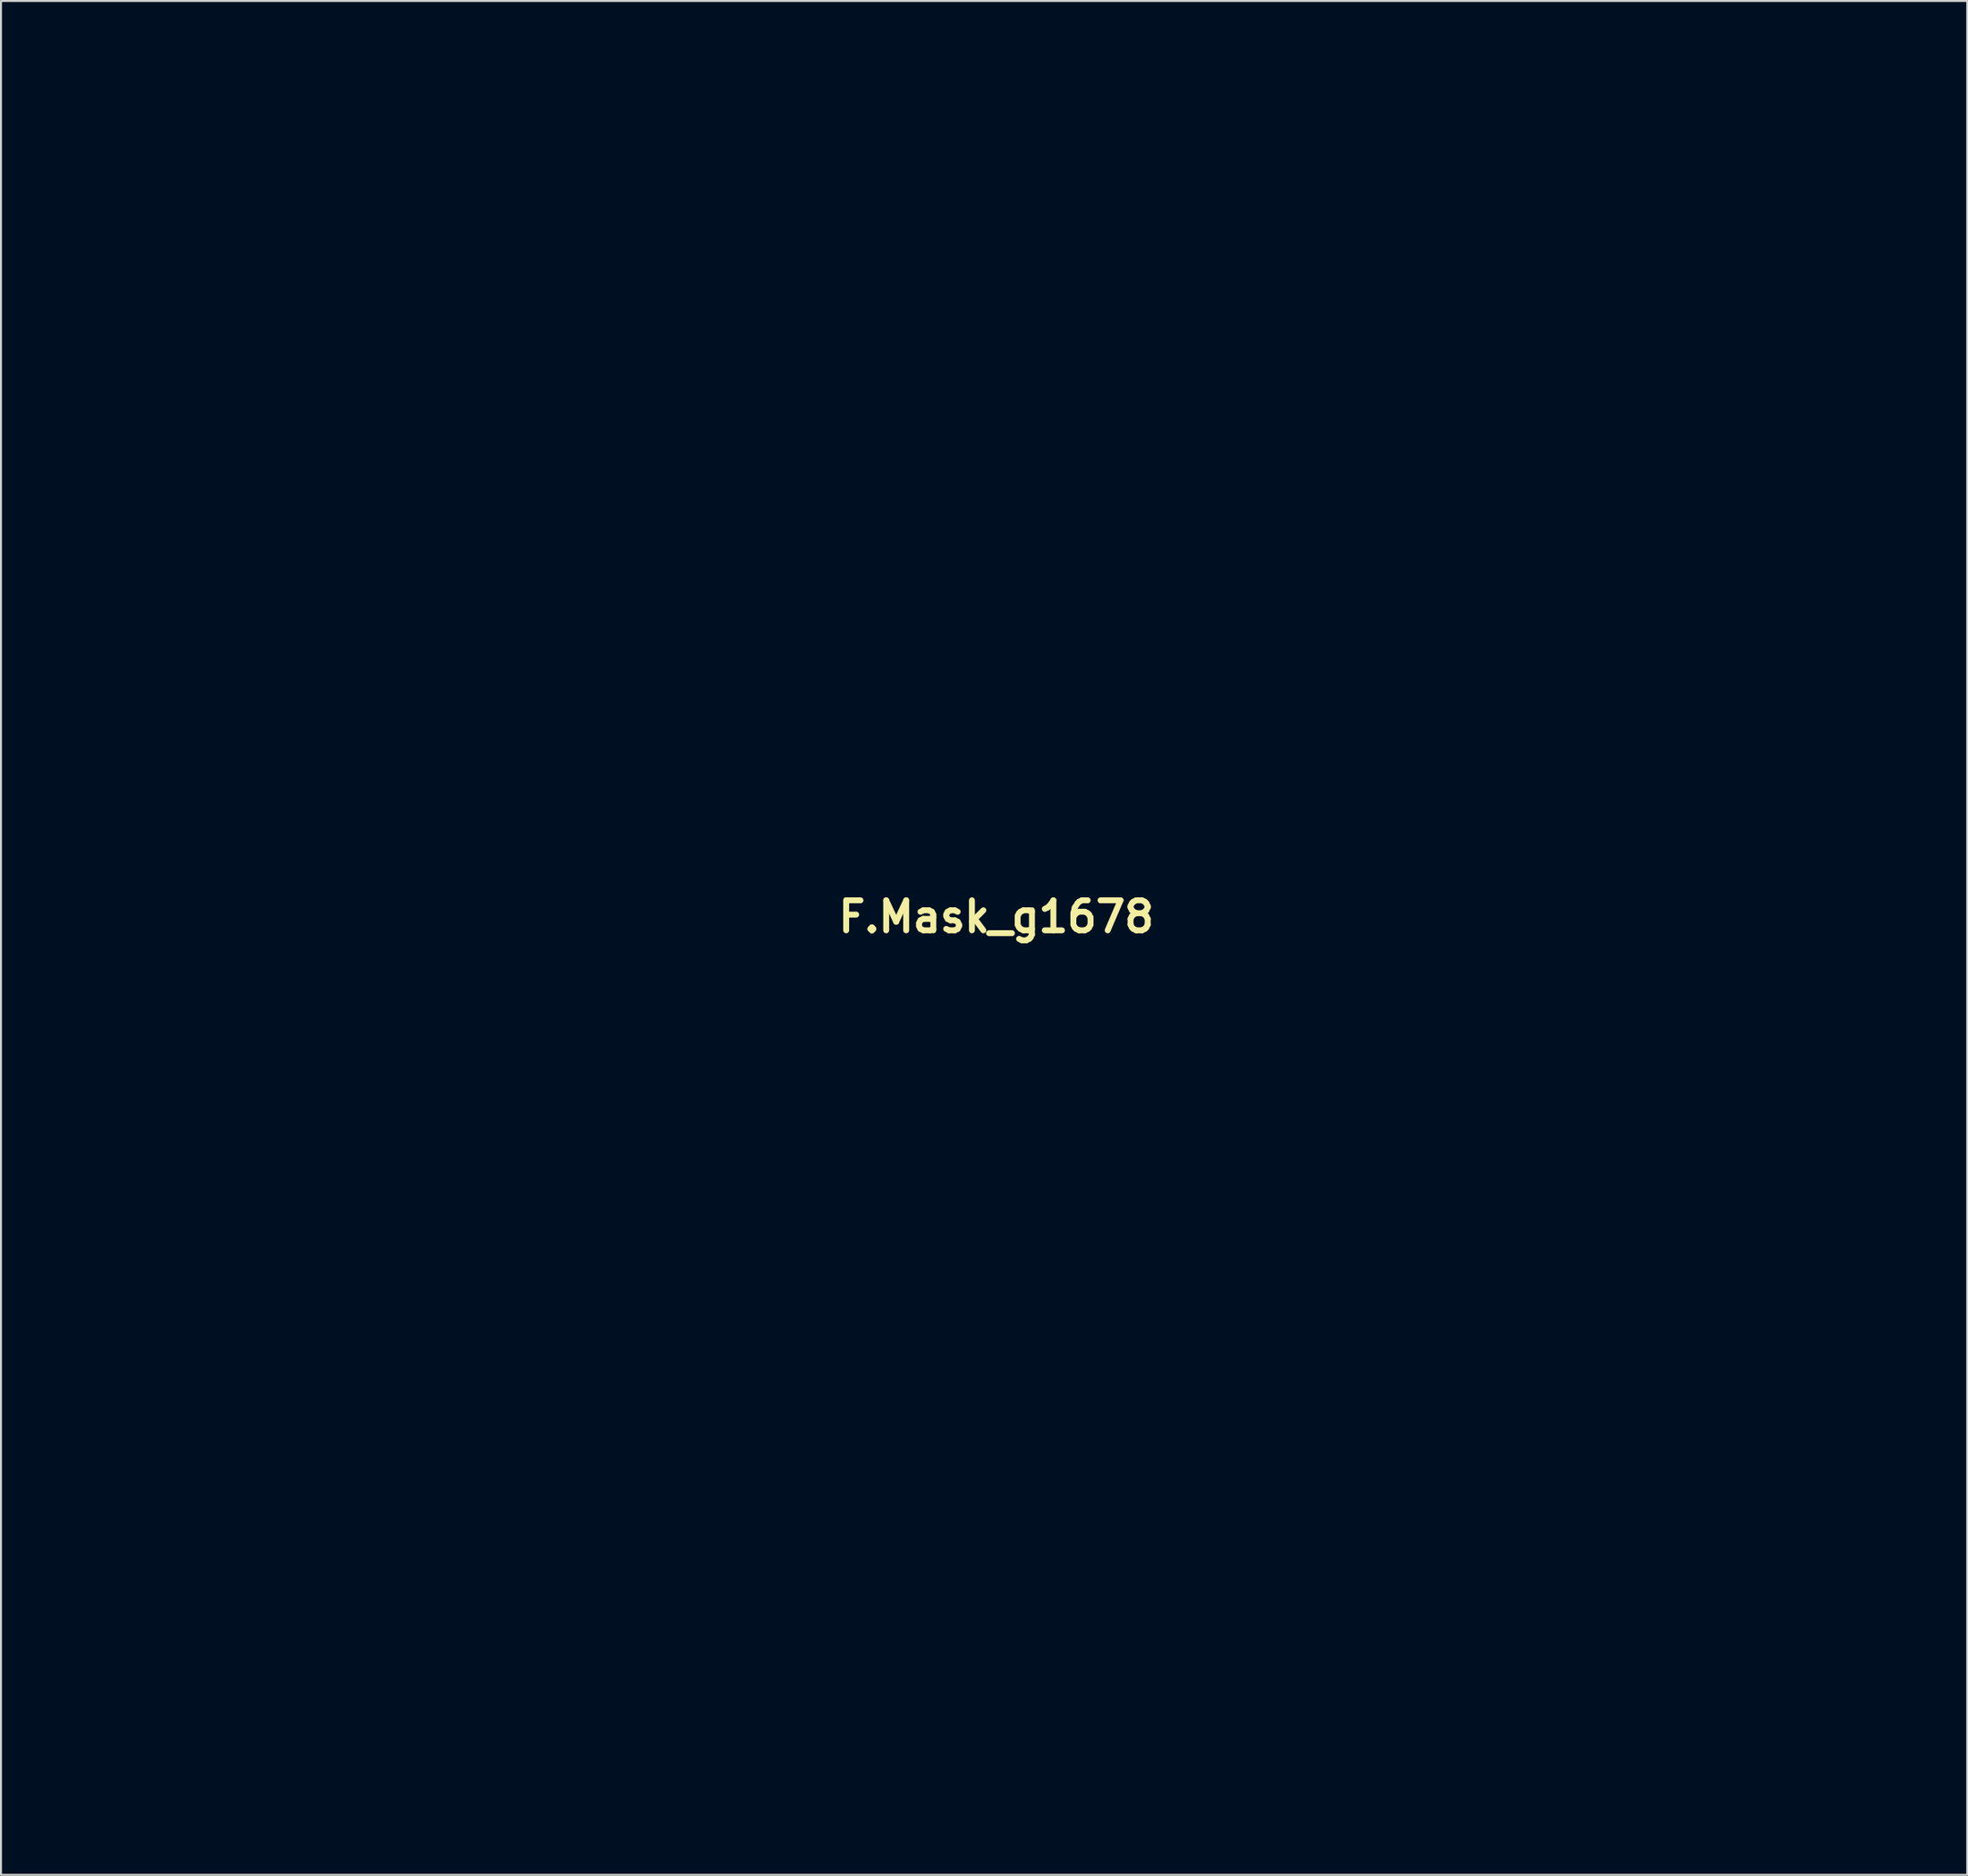
<source format=kicad_pcb>
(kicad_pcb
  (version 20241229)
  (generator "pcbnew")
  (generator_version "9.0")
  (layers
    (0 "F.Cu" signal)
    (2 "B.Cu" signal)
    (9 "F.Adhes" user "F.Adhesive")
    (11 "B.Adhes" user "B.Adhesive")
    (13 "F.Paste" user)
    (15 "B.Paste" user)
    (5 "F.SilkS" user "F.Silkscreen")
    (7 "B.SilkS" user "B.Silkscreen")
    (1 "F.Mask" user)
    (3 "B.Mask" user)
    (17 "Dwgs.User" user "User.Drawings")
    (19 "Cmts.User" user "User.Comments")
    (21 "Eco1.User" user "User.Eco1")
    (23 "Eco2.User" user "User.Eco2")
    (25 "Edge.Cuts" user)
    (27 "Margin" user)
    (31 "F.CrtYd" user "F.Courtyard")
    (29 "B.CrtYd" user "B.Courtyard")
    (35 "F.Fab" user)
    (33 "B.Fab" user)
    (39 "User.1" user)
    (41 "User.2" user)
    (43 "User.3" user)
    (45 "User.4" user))
  (footprint "F.Mask_g1678"
    (layer "F.Cu")
    (at 47.545 43.512)
    (property "Reference" "F.Mask_g1678" (at 0 0 0) (layer "F.SilkS") (effects (font (size 1.524 1.524) (thickness 0.3))))
    (attr through_hole)
    (fp_poly (pts (xy -46.852 -11.77) (xy -46.819 -11.715) (xy -46.787 -11.63) (xy -46.758 -11.524) (xy -46.747 -11.47) (xy -46.712 -11.247) (xy -46.684 -10.998) (xy -46.663 -10.732) (xy -46.648 -10.454) (xy -46.64 -10.173) (xy -46.64 -9.897) (xy -46.646 -9.631) (xy -46.66 -9.384) (xy -46.681 -9.163) (xy -46.71 -8.976) (xy -46.714 -8.954) (xy -46.781 -8.724) (xy -46.884 -8.492) (xy -47.02 -8.268) (xy -47.185 -8.056) (xy -47.314 -7.922) (xy -47.399 -7.847) (xy -47.467 -7.802) (xy -47.513 -7.789) (xy -47.537 -7.808) (xy -47.54 -7.829) (xy -47.534 -7.865) (xy -47.518 -7.931) (xy -47.494 -8.016) (xy -47.475 -8.078) (xy -47.423 -8.266) (xy -47.373 -8.483) (xy -47.326 -8.732) (xy -47.281 -9.014) (xy -47.238 -9.332) (xy -47.197 -9.688) (xy -47.157 -10.083) (xy -47.15 -10.16) (xy -47.12 -10.474) (xy -47.093 -10.748) (xy -47.067 -10.984) (xy -47.044 -11.185) (xy -47.021 -11.352) (xy -47 -11.489) (xy -46.979 -11.597) (xy -46.958 -11.679) (xy -46.937 -11.736) (xy -46.916 -11.772) (xy -46.893 -11.788) (xy -46.883 -11.79) (xy -46.852 -11.77)) (stroke (width 0.01) (type solid)) (fill yes) (layer "F.Mask"))
    (fp_poly (pts (xy 7.593 44.329) (xy 7.799 44.334) (xy 7.97 44.342) (xy 8.118 44.354) (xy 8.25 44.37) (xy 8.375 44.392) (xy 8.503 44.422) (xy 8.642 44.459) (xy 8.652 44.462) (xy 8.796 44.509) (xy 8.937 44.567) (xy 9.07 44.632) (xy 9.19 44.7) (xy 9.29 44.769) (xy 9.365 44.834) (xy 9.409 44.892) (xy 9.419 44.927) (xy 9.412 44.96) (xy 9.389 44.982) (xy 9.342 44.994) (xy 9.268 44.999) (xy 9.16 44.996) (xy 9.084 44.992) (xy 8.704 44.973) (xy 8.354 44.964) (xy 8.024 44.965) (xy 7.705 44.978) (xy 7.385 45) (xy 7.059 45.034) (xy 6.747 45.075) (xy 6.404 45.129) (xy 6.04 45.193) (xy 5.664 45.266) (xy 5.285 45.347) (xy 4.913 45.432) (xy 4.556 45.521) (xy 4.33 45.581) (xy 4.161 45.624) (xy 4.028 45.649) (xy 3.932 45.656) (xy 3.873 45.646) (xy 3.852 45.618) (xy 3.852 45.616) (xy 3.872 45.573) (xy 3.929 45.512) (xy 4.023 45.436) (xy 4.154 45.344) (xy 4.32 45.237) (xy 4.522 45.116) (xy 4.6 45.071) (xy 5.011 44.855) (xy 5.43 44.678) (xy 5.863 44.538) (xy 6.317 44.431) (xy 6.38 44.419) (xy 6.569 44.386) (xy 6.736 44.361) (xy 6.892 44.343) (xy 7.048 44.332) (xy 7.213 44.327) (xy 7.401 44.326) (xy 7.593 44.329)) (stroke (width 0.01) (type solid)) (fill yes) (layer "F.Mask"))
    (fp_poly (pts (xy 46.261 10.103) (xy 46.294 10.123) (xy 46.31 10.16) (xy 46.306 10.216) (xy 46.282 10.296) (xy 46.239 10.4) (xy 46.174 10.532) (xy 46.087 10.696) (xy 46.019 10.819) (xy 45.826 11.17) (xy 45.655 11.493) (xy 45.503 11.796) (xy 45.365 12.086) (xy 45.238 12.37) (xy 45.12 12.656) (xy 45.007 12.95) (xy 44.897 13.26) (xy 44.851 13.393) (xy 44.691 13.893) (xy 44.555 14.387) (xy 44.438 14.885) (xy 44.34 15.397) (xy 44.257 15.936) (xy 44.227 16.164) (xy 44.194 16.415) (xy 44.163 16.625) (xy 44.133 16.799) (xy 44.103 16.938) (xy 44.073 17.044) (xy 44.042 17.12) (xy 44.009 17.168) (xy 43.986 17.187) (xy 43.952 17.195) (xy 43.921 17.176) (xy 43.901 17.152) (xy 43.854 17.067) (xy 43.813 16.942) (xy 43.78 16.778) (xy 43.754 16.576) (xy 43.736 16.337) (xy 43.725 16.063) (xy 43.721 15.822) (xy 43.722 15.633) (xy 43.724 15.479) (xy 43.728 15.351) (xy 43.735 15.242) (xy 43.745 15.144) (xy 43.759 15.05) (xy 43.759 15.05) (xy 43.846 14.573) (xy 43.957 14.091) (xy 44.088 13.61) (xy 44.239 13.134) (xy 44.406 12.67) (xy 44.587 12.223) (xy 44.782 11.8) (xy 44.986 11.405) (xy 45.199 11.045) (xy 45.265 10.943) (xy 45.419 10.724) (xy 45.571 10.535) (xy 45.719 10.378) (xy 45.86 10.253) (xy 45.992 10.164) (xy 46.115 10.111) (xy 46.211 10.097) (xy 46.261 10.103)) (stroke (width 0.01) (type solid)) (fill yes) (layer "F.Mask"))
    (fp_poly (pts (xy -25.06 -43.381) (xy -25.035 -43.207) (xy -25.037 -43.029) (xy -25.067 -42.845) (xy -25.127 -42.655) (xy -25.216 -42.455) (xy -25.336 -42.245) (xy -25.489 -42.022) (xy -25.674 -41.785) (xy -25.894 -41.532) (xy -26.148 -41.261) (xy -26.398 -41.01) (xy -26.766 -40.663) (xy -27.149 -40.328) (xy -27.543 -40.006) (xy -27.946 -39.701) (xy -28.353 -39.414) (xy -28.761 -39.148) (xy -29.167 -38.904) (xy -29.566 -38.686) (xy -29.956 -38.496) (xy -30.333 -38.335) (xy -30.692 -38.206) (xy -30.92 -38.139) (xy -31.03 -38.111) (xy -31.125 -38.092) (xy -31.218 -38.079) (xy -31.322 -38.071) (xy -31.453 -38.066) (xy -31.485 -38.066) (xy -31.602 -38.064) (xy -31.706 -38.065) (xy -31.789 -38.069) (xy -31.84 -38.075) (xy -31.851 -38.078) (xy -31.89 -38.113) (xy -31.895 -38.164) (xy -31.867 -38.222) (xy -31.84 -38.252) (xy -31.805 -38.276) (xy -31.738 -38.315) (xy -31.645 -38.366) (xy -31.531 -38.425) (xy -31.403 -38.49) (xy -31.305 -38.538) (xy -31.031 -38.676) (xy -30.768 -38.815) (xy -30.509 -38.96) (xy -30.249 -39.116) (xy -29.982 -39.284) (xy -29.7 -39.47) (xy -29.399 -39.677) (xy -29.115 -39.879) (xy -28.736 -40.153) (xy -28.363 -40.429) (xy -27.998 -40.704) (xy -27.645 -40.977) (xy -27.306 -41.245) (xy -26.984 -41.506) (xy -26.681 -41.757) (xy -26.4 -41.997) (xy -26.143 -42.224) (xy -25.914 -42.435) (xy -25.714 -42.627) (xy -25.547 -42.8) (xy -25.513 -42.838) (xy -25.399 -42.966) (xy -25.312 -43.071) (xy -25.245 -43.161) (xy -25.195 -43.243) (xy -25.156 -43.322) (xy -25.133 -43.38) (xy -25.088 -43.507) (xy -25.06 -43.381)) (stroke (width 0.01) (type solid)) (fill yes) (layer "F.Mask"))
    (fp_poly (pts (xy -38.44 5.61) (xy -38.413 5.652) (xy -38.398 5.699) (xy -38.379 5.784) (xy -38.358 5.901) (xy -38.336 6.047) (xy -38.313 6.212) (xy -38.275 6.474) (xy -38.236 6.699) (xy -38.193 6.892) (xy -38.145 7.058) (xy -38.091 7.204) (xy -38.027 7.335) (xy -37.954 7.455) (xy -37.899 7.532) (xy -37.755 7.689) (xy -37.578 7.828) (xy -37.374 7.947) (xy -37.151 8.04) (xy -36.913 8.106) (xy -36.67 8.141) (xy -36.661 8.142) (xy -36.543 8.144) (xy -36.387 8.138) (xy -36.191 8.122) (xy -36.032 8.107) (xy -35.895 8.093) (xy -35.77 8.083) (xy -35.664 8.075) (xy -35.584 8.071) (xy -35.536 8.072) (xy -35.529 8.073) (xy -35.485 8.098) (xy -35.48 8.138) (xy -35.512 8.193) (xy -35.544 8.227) (xy -35.693 8.344) (xy -35.871 8.451) (xy -36.067 8.54) (xy -36.269 8.605) (xy -36.311 8.615) (xy -36.412 8.633) (xy -36.542 8.647) (xy -36.691 8.659) (xy -36.848 8.667) (xy -37.003 8.671) (xy -37.145 8.671) (xy -37.263 8.666) (xy -37.331 8.659) (xy -37.41 8.643) (xy -37.506 8.619) (xy -37.593 8.595) (xy -37.81 8.518) (xy -37.998 8.424) (xy -38.16 8.312) (xy -38.299 8.176) (xy -38.417 8.015) (xy -38.518 7.824) (xy -38.603 7.601) (xy -38.675 7.341) (xy -38.715 7.161) (xy -38.742 6.996) (xy -38.76 6.812) (xy -38.771 6.617) (xy -38.773 6.421) (xy -38.768 6.231) (xy -38.755 6.056) (xy -38.734 5.904) (xy -38.706 5.785) (xy -38.703 5.776) (xy -38.659 5.679) (xy -38.605 5.611) (xy -38.547 5.576) (xy -38.491 5.575) (xy -38.44 5.61)) (stroke (width 0.01) (type solid)) (fill yes) (layer "F.Mask"))
    (fp_poly (pts (xy -24.684 39.659) (xy -24.519 39.67) (xy -24.354 39.687) (xy -24.197 39.71) (xy -24.162 39.716) (xy -23.914 39.764) (xy -23.64 39.826) (xy -23.35 39.896) (xy -23.058 39.973) (xy -22.776 40.053) (xy -22.516 40.133) (xy -22.462 40.151) (xy -22.124 40.266) (xy -21.812 40.381) (xy -21.522 40.498) (xy -21.244 40.622) (xy -20.972 40.755) (xy -20.7 40.902) (xy -20.419 41.066) (xy -20.122 41.25) (xy -19.803 41.459) (xy -19.727 41.509) (xy -19.207 41.871) (xy -18.729 42.233) (xy -18.292 42.595) (xy -17.896 42.957) (xy -17.778 43.073) (xy -17.604 43.25) (xy -17.464 43.404) (xy -17.357 43.536) (xy -17.281 43.645) (xy -17.237 43.734) (xy -17.222 43.797) (xy -17.227 43.847) (xy -17.249 43.87) (xy -17.294 43.866) (xy -17.367 43.837) (xy -17.396 43.823) (xy -17.439 43.8) (xy -17.49 43.77) (xy -17.553 43.729) (xy -17.631 43.676) (xy -17.728 43.608) (xy -17.847 43.523) (xy -17.991 43.419) (xy -18.165 43.292) (xy -18.235 43.24) (xy -18.61 42.974) (xy -19.009 42.708) (xy -19.429 42.443) (xy -19.865 42.182) (xy -20.313 41.926) (xy -20.769 41.678) (xy -21.229 41.44) (xy -21.689 41.214) (xy -22.144 41.001) (xy -22.591 40.804) (xy -23.026 40.625) (xy -23.444 40.465) (xy -23.841 40.328) (xy -24.214 40.215) (xy -24.49 40.143) (xy -24.711 40.088) (xy -24.894 40.04) (xy -25.042 39.997) (xy -25.157 39.958) (xy -25.242 39.921) (xy -25.301 39.886) (xy -25.336 39.851) (xy -25.35 39.822) (xy -25.354 39.774) (xy -25.333 39.738) (xy -25.281 39.701) (xy -25.266 39.693) (xy -25.205 39.673) (xy -25.11 39.661) (xy -24.986 39.654) (xy -24.842 39.653) (xy -24.684 39.659)) (stroke (width 0.01) (type solid)) (fill yes) (layer "F.Mask"))
    (fp_poly (pts (xy -1.642 26.86) (xy -1.59 26.918) (xy -1.541 27.01) (xy -1.495 27.132) (xy -1.455 27.279) (xy -1.44 27.348) (xy -1.397 27.474) (xy -1.316 27.609) (xy -1.2 27.751) (xy -1.052 27.897) (xy -0.874 28.045) (xy -0.669 28.191) (xy -0.503 28.296) (xy -0.218 28.456) (xy 0.049 28.581) (xy 0.304 28.673) (xy 0.55 28.734) (xy 0.792 28.766) (xy 0.931 28.771) (xy 1.189 28.756) (xy 1.436 28.707) (xy 1.676 28.625) (xy 1.927 28.51) (xy 2.158 28.378) (xy 2.373 28.225) (xy 2.578 28.044) (xy 2.778 27.833) (xy 2.978 27.587) (xy 3.081 27.449) (xy 3.208 27.278) (xy 3.317 27.145) (xy 3.41 27.049) (xy 3.486 26.989) (xy 3.548 26.965) (xy 3.595 26.977) (xy 3.629 27.023) (xy 3.651 27.103) (xy 3.655 27.133) (xy 3.657 27.278) (xy 3.632 27.447) (xy 3.585 27.633) (xy 3.516 27.83) (xy 3.428 28.03) (xy 3.325 28.226) (xy 3.232 28.374) (xy 3.027 28.645) (xy 2.79 28.893) (xy 2.528 29.116) (xy 2.245 29.309) (xy 1.945 29.469) (xy 1.634 29.594) (xy 1.333 29.676) (xy 1.24 29.69) (xy 1.116 29.7) (xy 0.975 29.707) (xy 0.827 29.71) (xy 0.683 29.708) (xy 0.555 29.702) (xy 0.455 29.692) (xy 0.434 29.688) (xy 0.177 29.622) (xy -0.089 29.52) (xy -0.356 29.387) (xy -0.572 29.256) (xy -0.685 29.172) (xy -0.813 29.063) (xy -0.946 28.939) (xy -1.075 28.808) (xy -1.192 28.679) (xy -1.288 28.561) (xy -1.323 28.512) (xy -1.496 28.219) (xy -1.629 27.923) (xy -1.72 27.627) (xy -1.769 27.33) (xy -1.778 27.132) (xy -1.775 27.01) (xy -1.766 26.925) (xy -1.748 26.872) (xy -1.721 26.845) (xy -1.693 26.839) (xy -1.642 26.86)) (stroke (width 0.01) (type solid)) (fill yes) (layer "F.Mask"))
    (fp_poly (pts (xy 27.152 -41.759) (xy 27.185 -41.744) (xy 27.232 -41.717) (xy 27.293 -41.678) (xy 27.37 -41.626) (xy 27.465 -41.559) (xy 27.579 -41.477) (xy 27.713 -41.378) (xy 27.868 -41.262) (xy 28.047 -41.127) (xy 28.249 -40.973) (xy 28.478 -40.798) (xy 28.734 -40.601) (xy 29.018 -40.382) (xy 29.332 -40.139) (xy 29.677 -39.871) (xy 29.834 -39.749) (xy 30.29 -39.395) (xy 30.715 -39.067) (xy 31.109 -38.762) (xy 31.476 -38.48) (xy 31.816 -38.219) (xy 32.132 -37.979) (xy 32.424 -37.757) (xy 32.695 -37.553) (xy 32.947 -37.365) (xy 33.18 -37.193) (xy 33.398 -37.034) (xy 33.6 -36.888) (xy 33.79 -36.754) (xy 33.969 -36.63) (xy 34.138 -36.514) (xy 34.299 -36.407) (xy 34.454 -36.305) (xy 34.604 -36.209) (xy 34.712 -36.142) (xy 34.881 -36.036) (xy 35.016 -35.948) (xy 35.12 -35.877) (xy 35.195 -35.82) (xy 35.245 -35.774) (xy 35.271 -35.738) (xy 35.278 -35.71) (xy 35.272 -35.694) (xy 35.241 -35.666) (xy 35.187 -35.654) (xy 35.104 -35.655) (xy 35.002 -35.667) (xy 34.843 -35.7) (xy 34.652 -35.752) (xy 34.435 -35.823) (xy 34.197 -35.91) (xy 33.943 -36.012) (xy 33.678 -36.126) (xy 33.407 -36.25) (xy 33.134 -36.384) (xy 33.022 -36.441) (xy 32.558 -36.695) (xy 32.081 -36.983) (xy 31.595 -37.3) (xy 31.106 -37.643) (xy 30.618 -38.006) (xy 30.138 -38.387) (xy 29.671 -38.78) (xy 29.221 -39.182) (xy 28.793 -39.588) (xy 28.394 -39.994) (xy 28.028 -40.396) (xy 27.872 -40.58) (xy 27.762 -40.713) (xy 27.651 -40.854) (xy 27.54 -40.997) (xy 27.433 -41.14) (xy 27.333 -41.276) (xy 27.244 -41.402) (xy 27.168 -41.514) (xy 27.108 -41.607) (xy 27.068 -41.676) (xy 27.051 -41.717) (xy 27.051 -41.721) (xy 27.067 -41.76) (xy 27.11 -41.769) (xy 27.152 -41.759)) (stroke (width 0.01) (type solid)) (fill yes) (layer "F.Mask"))
    (fp_poly (pts (xy 40.547 -3.628) (xy 40.601 -3.592) (xy 40.676 -3.538) (xy 40.765 -3.47) (xy 40.861 -3.394) (xy 40.959 -3.314) (xy 41.053 -3.235) (xy 41.136 -3.162) (xy 41.202 -3.101) (xy 41.283 -3.014) (xy 41.363 -2.915) (xy 41.43 -2.822) (xy 41.443 -2.799) (xy 41.563 -2.57) (xy 41.666 -2.32) (xy 41.751 -2.057) (xy 41.816 -1.789) (xy 41.861 -1.521) (xy 41.883 -1.262) (xy 41.881 -1.018) (xy 41.855 -0.797) (xy 41.836 -0.711) (xy 41.783 -0.562) (xy 41.699 -0.392) (xy 41.587 -0.206) (xy 41.449 -0.008) (xy 41.287 0.197) (xy 41.212 0.286) (xy 41.018 0.488) (xy 40.823 0.649) (xy 40.626 0.769) (xy 40.424 0.851) (xy 40.413 0.854) (xy 40.311 0.877) (xy 40.174 0.896) (xy 40.008 0.913) (xy 39.82 0.926) (xy 39.617 0.935) (xy 39.405 0.94) (xy 39.192 0.941) (xy 38.983 0.936) (xy 38.873 0.931) (xy 38.708 0.918) (xy 38.579 0.896) (xy 38.479 0.864) (xy 38.404 0.82) (xy 38.365 0.784) (xy 38.334 0.732) (xy 38.338 0.683) (xy 38.378 0.638) (xy 38.455 0.594) (xy 38.571 0.552) (xy 38.726 0.512) (xy 38.922 0.472) (xy 39.085 0.444) (xy 39.334 0.4) (xy 39.547 0.352) (xy 39.73 0.298) (xy 39.889 0.236) (xy 40.032 0.162) (xy 40.163 0.075) (xy 40.29 -0.028) (xy 40.322 -0.057) (xy 40.498 -0.237) (xy 40.667 -0.442) (xy 40.821 -0.661) (xy 40.954 -0.886) (xy 41.06 -1.107) (xy 41.106 -1.23) (xy 41.14 -1.367) (xy 41.16 -1.532) (xy 41.166 -1.711) (xy 41.157 -1.892) (xy 41.139 -2.031) (xy 41.12 -2.127) (xy 41.095 -2.224) (xy 41.061 -2.327) (xy 41.018 -2.441) (xy 40.962 -2.572) (xy 40.892 -2.724) (xy 40.806 -2.904) (xy 40.71 -3.098) (xy 40.645 -3.231) (xy 40.587 -3.352) (xy 40.539 -3.456) (xy 40.504 -3.537) (xy 40.483 -3.591) (xy 40.479 -3.611) (xy 40.505 -3.638) (xy 40.518 -3.641) (xy 40.547 -3.628)) (stroke (width 0.01) (type solid)) (fill yes) (layer "F.Mask"))
    (fp_poly (pts (xy -15.344 -37.602) (xy -15.054 -37.577) (xy -14.799 -37.528) (xy -14.577 -37.456) (xy -14.526 -37.434) (xy -14.389 -37.354) (xy -14.244 -37.241) (xy -14.095 -37.098) (xy -13.946 -36.933) (xy -13.802 -36.751) (xy -13.668 -36.558) (xy -13.547 -36.36) (xy -13.445 -36.162) (xy -13.365 -35.97) (xy -13.332 -35.866) (xy -13.297 -35.691) (xy -13.283 -35.493) (xy -13.289 -35.285) (xy -13.316 -35.081) (xy -13.342 -34.963) (xy -13.461 -34.591) (xy -13.617 -34.236) (xy -13.809 -33.9) (xy -14.033 -33.586) (xy -14.288 -33.296) (xy -14.572 -33.033) (xy -14.881 -32.799) (xy -15.215 -32.598) (xy -15.569 -32.43) (xy -15.715 -32.374) (xy -15.93 -32.303) (xy -16.183 -32.233) (xy -16.467 -32.163) (xy -16.778 -32.095) (xy -17.111 -32.03) (xy -17.461 -31.969) (xy -17.822 -31.913) (xy -18.189 -31.863) (xy -18.531 -31.823) (xy -18.68 -31.809) (xy -18.846 -31.798) (xy -19.022 -31.789) (xy -19.203 -31.783) (xy -19.381 -31.779) (xy -19.549 -31.778) (xy -19.7 -31.78) (xy -19.827 -31.785) (xy -19.924 -31.793) (xy -19.971 -31.801) (xy -20.083 -31.831) (xy -20.197 -31.871) (xy -20.325 -31.925) (xy -20.477 -31.998) (xy -20.505 -32.012) (xy -20.72 -32.125) (xy -20.9 -32.234) (xy -21.049 -32.342) (xy -21.175 -32.455) (xy -21.283 -32.579) (xy -21.378 -32.718) (xy -21.466 -32.877) (xy -21.467 -32.88) (xy -21.514 -32.977) (xy -21.552 -33.065) (xy -21.581 -33.15) (xy -21.602 -33.24) (xy -21.618 -33.341) (xy -21.627 -33.458) (xy -21.633 -33.6) (xy -21.635 -33.771) (xy -21.635 -33.944) (xy -21.634 -34.145) (xy -21.631 -34.31) (xy -21.626 -34.442) (xy -21.619 -34.546) (xy -21.61 -34.627) (xy -21.602 -34.674) (xy -21.573 -34.777) (xy -21.524 -34.904) (xy -21.461 -35.046) (xy -21.388 -35.193) (xy -21.31 -35.333) (xy -21.233 -35.458) (xy -21.183 -35.528) (xy -20.998 -35.748) (xy -20.784 -35.956) (xy -20.541 -36.151) (xy -20.267 -36.335) (xy -19.96 -36.508) (xy -19.619 -36.671) (xy -19.243 -36.826) (xy -18.829 -36.972) (xy -18.377 -37.111) (xy -17.884 -37.243) (xy -17.806 -37.262) (xy -17.308 -37.378) (xy -16.846 -37.469) (xy -16.419 -37.538) (xy -16.026 -37.583) (xy -15.668 -37.604) (xy -15.344 -37.602)) (stroke (width 0.01) (type solid)) (fill yes) (layer "F.Mask"))
    (fp_poly (pts (xy 31.495 -17.155) (xy 31.659 -17.154) (xy 31.792 -17.15) (xy 31.903 -17.142) (xy 31.996 -17.131) (xy 32.078 -17.114) (xy 32.155 -17.091) (xy 32.234 -17.06) (xy 32.32 -17.021) (xy 32.415 -16.975) (xy 32.665 -16.838) (xy 32.9 -16.673) (xy 33.122 -16.481) (xy 33.331 -16.26) (xy 33.528 -16.009) (xy 33.715 -15.726) (xy 33.89 -15.409) (xy 34.056 -15.059) (xy 34.214 -14.672) (xy 34.363 -14.249) (xy 34.505 -13.786) (xy 34.64 -13.284) (xy 34.721 -12.954) (xy 34.814 -12.534) (xy 34.886 -12.147) (xy 34.939 -11.789) (xy 34.973 -11.457) (xy 34.987 -11.146) (xy 34.988 -11.049) (xy 34.978 -10.752) (xy 34.948 -10.491) (xy 34.898 -10.263) (xy 34.826 -10.067) (xy 34.742 -9.913) (xy 34.63 -9.769) (xy 34.486 -9.619) (xy 34.317 -9.468) (xy 34.129 -9.322) (xy 33.931 -9.185) (xy 33.729 -9.063) (xy 33.531 -8.961) (xy 33.344 -8.883) (xy 33.196 -8.839) (xy 33.065 -8.819) (xy 32.909 -8.809) (xy 32.743 -8.809) (xy 32.581 -8.82) (xy 32.459 -8.837) (xy 32.188 -8.904) (xy 31.903 -9.004) (xy 31.615 -9.133) (xy 31.331 -9.287) (xy 31.06 -9.464) (xy 31.009 -9.5) (xy 30.904 -9.583) (xy 30.783 -9.689) (xy 30.654 -9.809) (xy 30.53 -9.932) (xy 30.419 -10.049) (xy 30.333 -10.149) (xy 30.155 -10.39) (xy 29.999 -10.642) (xy 29.862 -10.911) (xy 29.74 -11.203) (xy 29.631 -11.524) (xy 29.532 -11.88) (xy 29.528 -11.896) (xy 29.444 -12.25) (xy 29.367 -12.617) (xy 29.298 -12.989) (xy 29.237 -13.361) (xy 29.185 -13.726) (xy 29.143 -14.079) (xy 29.112 -14.414) (xy 29.093 -14.724) (xy 29.086 -15.004) (xy 29.088 -15.15) (xy 29.094 -15.291) (xy 29.104 -15.407) (xy 29.119 -15.51) (xy 29.144 -15.608) (xy 29.18 -15.709) (xy 29.229 -15.825) (xy 29.296 -15.964) (xy 29.337 -16.046) (xy 29.451 -16.261) (xy 29.56 -16.441) (xy 29.671 -16.591) (xy 29.787 -16.716) (xy 29.913 -16.822) (xy 30.056 -16.914) (xy 30.169 -16.974) (xy 30.268 -17.022) (xy 30.353 -17.061) (xy 30.432 -17.091) (xy 30.51 -17.114) (xy 30.594 -17.131) (xy 30.69 -17.142) (xy 30.804 -17.149) (xy 30.943 -17.153) (xy 31.112 -17.155) (xy 31.295 -17.155) (xy 31.495 -17.155)) (stroke (width 0.01) (type solid)) (fill yes) (layer "F.Mask"))
    (fp_poly (pts (xy -32.407 -9.36) (xy -32.265 -9.336) (xy -32.127 -9.291) (xy -31.984 -9.223) (xy -31.825 -9.127) (xy -31.754 -9.081) (xy -31.473 -8.869) (xy -31.204 -8.623) (xy -30.953 -8.348) (xy -30.725 -8.051) (xy -30.527 -7.74) (xy -30.45 -7.599) (xy -30.377 -7.452) (xy -30.317 -7.318) (xy -30.269 -7.191) (xy -30.232 -7.063) (xy -30.204 -6.929) (xy -30.185 -6.781) (xy -30.172 -6.613) (xy -30.165 -6.419) (xy -30.163 -6.191) (xy -30.163 -6.107) (xy -30.168 -5.682) (xy -30.185 -5.284) (xy -30.213 -4.906) (xy -30.254 -4.54) (xy -30.311 -4.176) (xy -30.382 -3.808) (xy -30.471 -3.426) (xy -30.579 -3.023) (xy -30.692 -2.636) (xy -30.76 -2.42) (xy -30.826 -2.238) (xy -30.895 -2.08) (xy -30.972 -1.939) (xy -31.061 -1.805) (xy -31.167 -1.672) (xy -31.295 -1.529) (xy -31.366 -1.455) (xy -31.518 -1.303) (xy -31.649 -1.18) (xy -31.768 -1.084) (xy -31.879 -1.01) (xy -31.989 -0.956) (xy -32.105 -0.917) (xy -32.232 -0.89) (xy -32.378 -0.871) (xy -32.414 -0.868) (xy -32.527 -0.858) (xy -32.615 -0.853) (xy -32.692 -0.851) (xy -32.774 -0.854) (xy -32.877 -0.859) (xy -32.904 -0.861) (xy -33.177 -0.888) (xy -33.423 -0.935) (xy -33.647 -1.004) (xy -33.858 -1.1) (xy -34.062 -1.226) (xy -34.267 -1.384) (xy -34.476 -1.575) (xy -34.671 -1.774) (xy -34.831 -1.965) (xy -34.963 -2.156) (xy -35.072 -2.355) (xy -35.162 -2.571) (xy -35.238 -2.813) (xy -35.265 -2.914) (xy -35.3 -3.058) (xy -35.329 -3.189) (xy -35.351 -3.316) (xy -35.369 -3.445) (xy -35.382 -3.582) (xy -35.391 -3.734) (xy -35.397 -3.908) (xy -35.399 -4.111) (xy -35.4 -4.348) (xy -35.4 -4.371) (xy -35.399 -4.638) (xy -35.394 -4.879) (xy -35.385 -5.103) (xy -35.372 -5.32) (xy -35.353 -5.539) (xy -35.328 -5.77) (xy -35.296 -6.022) (xy -35.257 -6.305) (xy -35.253 -6.333) (xy -35.184 -6.761) (xy -35.106 -7.149) (xy -35.017 -7.499) (xy -34.916 -7.813) (xy -34.801 -8.092) (xy -34.671 -8.339) (xy -34.525 -8.554) (xy -34.36 -8.74) (xy -34.176 -8.898) (xy -33.972 -9.03) (xy -33.744 -9.139) (xy -33.493 -9.225) (xy -33.217 -9.29) (xy -32.914 -9.337) (xy -32.745 -9.354) (xy -32.564 -9.365) (xy -32.407 -9.36)) (stroke (width 0.01) (type solid)) (fill yes) (layer "F.Mask"))
    (fp_poly (pts (xy 19.555 -33.807) (xy 19.858 -33.756) (xy 20.163 -33.67) (xy 20.472 -33.548) (xy 20.787 -33.388) (xy 21.11 -33.19) (xy 21.444 -32.954) (xy 21.538 -32.882) (xy 21.78 -32.684) (xy 22.037 -32.457) (xy 22.305 -32.207) (xy 22.576 -31.94) (xy 22.846 -31.662) (xy 23.108 -31.378) (xy 23.358 -31.096) (xy 23.588 -30.82) (xy 23.795 -30.557) (xy 23.946 -30.349) (xy 24.134 -30.063) (xy 24.286 -29.795) (xy 24.403 -29.543) (xy 24.485 -29.305) (xy 24.534 -29.079) (xy 24.55 -28.861) (xy 24.533 -28.649) (xy 24.504 -28.509) (xy 24.449 -28.328) (xy 24.374 -28.131) (xy 24.284 -27.926) (xy 24.184 -27.725) (xy 24.079 -27.537) (xy 23.973 -27.37) (xy 23.877 -27.243) (xy 23.711 -27.076) (xy 23.509 -26.932) (xy 23.275 -26.811) (xy 23.009 -26.714) (xy 22.741 -26.648) (xy 22.642 -26.63) (xy 22.543 -26.616) (xy 22.433 -26.607) (xy 22.303 -26.6) (xy 22.145 -26.596) (xy 22.077 -26.595) (xy 21.942 -26.593) (xy 21.819 -26.593) (xy 21.715 -26.594) (xy 21.638 -26.595) (xy 21.594 -26.597) (xy 21.59 -26.598) (xy 21.546 -26.606) (xy 21.473 -26.618) (xy 21.383 -26.632) (xy 21.343 -26.639) (xy 20.97 -26.721) (xy 20.607 -26.844) (xy 20.253 -27.007) (xy 19.91 -27.212) (xy 19.578 -27.457) (xy 19.431 -27.582) (xy 19.284 -27.718) (xy 19.119 -27.886) (xy 18.939 -28.079) (xy 18.748 -28.294) (xy 18.551 -28.525) (xy 18.35 -28.768) (xy 18.149 -29.018) (xy 17.954 -29.269) (xy 17.767 -29.517) (xy 17.592 -29.758) (xy 17.434 -29.986) (xy 17.297 -30.196) (xy 17.224 -30.314) (xy 17.123 -30.486) (xy 17.043 -30.632) (xy 16.982 -30.76) (xy 16.936 -30.88) (xy 16.904 -31.002) (xy 16.882 -31.133) (xy 16.868 -31.282) (xy 16.859 -31.46) (xy 16.855 -31.583) (xy 16.852 -31.799) (xy 16.857 -31.98) (xy 16.871 -32.134) (xy 16.897 -32.269) (xy 16.936 -32.393) (xy 16.989 -32.512) (xy 17.059 -32.635) (xy 17.12 -32.728) (xy 17.188 -32.825) (xy 17.258 -32.912) (xy 17.332 -32.991) (xy 17.417 -33.067) (xy 17.517 -33.143) (xy 17.636 -33.224) (xy 17.78 -33.313) (xy 17.953 -33.413) (xy 18.118 -33.504) (xy 18.299 -33.602) (xy 18.454 -33.677) (xy 18.593 -33.734) (xy 18.724 -33.775) (xy 18.856 -33.801) (xy 18.999 -33.817) (xy 19.161 -33.823) (xy 19.251 -33.824) (xy 19.555 -33.807)) (stroke (width 0.01) (type solid)) (fill yes) (layer "F.Mask"))
    (fp_poly (pts (xy 0.251 14.13) (xy 0.669 14.161) (xy 1.117 14.214) (xy 1.599 14.289) (xy 1.947 14.354) (xy 2.158 14.396) (xy 2.38 14.445) (xy 2.609 14.498) (xy 2.84 14.555) (xy 3.068 14.613) (xy 3.287 14.671) (xy 3.492 14.728) (xy 3.678 14.783) (xy 3.841 14.834) (xy 3.975 14.879) (xy 4.074 14.919) (xy 4.106 14.933) (xy 4.233 15.009) (xy 4.374 15.113) (xy 4.524 15.238) (xy 4.676 15.379) (xy 4.822 15.528) (xy 4.957 15.679) (xy 5.073 15.825) (xy 5.164 15.959) (xy 5.204 16.032) (xy 5.263 16.161) (xy 5.305 16.286) (xy 5.335 16.417) (xy 5.353 16.563) (xy 5.362 16.735) (xy 5.364 16.849) (xy 5.363 17.011) (xy 5.358 17.142) (xy 5.348 17.251) (xy 5.333 17.347) (xy 5.327 17.378) (xy 5.232 17.722) (xy 5.097 18.053) (xy 4.922 18.371) (xy 4.87 18.452) (xy 4.678 18.706) (xy 4.463 18.931) (xy 4.221 19.129) (xy 3.953 19.299) (xy 3.655 19.444) (xy 3.326 19.563) (xy 2.965 19.658) (xy 2.57 19.73) (xy 2.496 19.74) (xy 2.393 19.75) (xy 2.255 19.76) (xy 2.089 19.768) (xy 1.902 19.774) (xy 1.701 19.779) (xy 1.494 19.782) (xy 1.288 19.784) (xy 1.089 19.783) (xy 0.906 19.781) (xy 0.745 19.776) (xy 0.613 19.769) (xy 0.603 19.768) (xy 0.078 19.723) (xy -0.417 19.666) (xy -0.879 19.599) (xy -1.307 19.52) (xy -1.699 19.432) (xy -2.052 19.333) (xy -2.148 19.302) (xy -2.295 19.248) (xy -2.456 19.179) (xy -2.618 19.1) (xy -2.772 19.018) (xy -2.906 18.938) (xy -2.994 18.877) (xy -3.129 18.761) (xy -3.25 18.627) (xy -3.358 18.473) (xy -3.456 18.293) (xy -3.545 18.083) (xy -3.629 17.841) (xy -3.709 17.561) (xy -3.726 17.494) (xy -3.772 17.278) (xy -3.794 17.081) (xy -3.793 16.888) (xy -3.767 16.684) (xy -3.741 16.552) (xy -3.699 16.379) (xy -3.657 16.237) (xy -3.61 16.115) (xy -3.555 16.004) (xy -3.525 15.951) (xy -3.424 15.802) (xy -3.295 15.637) (xy -3.144 15.464) (xy -2.979 15.291) (xy -2.807 15.125) (xy -2.635 14.974) (xy -2.471 14.845) (xy -2.454 14.832) (xy -2.318 14.743) (xy -2.155 14.647) (xy -1.975 14.551) (xy -1.792 14.461) (xy -1.617 14.382) (xy -1.461 14.322) (xy -1.434 14.312) (xy -1.145 14.231) (xy -0.833 14.172) (xy -0.498 14.136) (xy -0.137 14.122) (xy 0.251 14.13)) (stroke (width 0.01) (type solid)) (fill yes) (layer "F.Mask"))
    (fp_poly (pts (xy 27.127 16.022) (xy 27.19 16.082) (xy 27.261 16.18) (xy 27.339 16.313) (xy 27.423 16.481) (xy 27.511 16.682) (xy 27.548 16.772) (xy 27.635 16.998) (xy 27.704 17.197) (xy 27.757 17.378) (xy 27.795 17.552) (xy 27.821 17.728) (xy 27.836 17.917) (xy 27.843 18.128) (xy 27.844 18.256) (xy 27.843 18.411) (xy 27.842 18.531) (xy 27.838 18.626) (xy 27.831 18.702) (xy 27.822 18.768) (xy 27.809 18.832) (xy 27.795 18.888) (xy 27.684 19.228) (xy 27.536 19.554) (xy 27.353 19.861) (xy 27.137 20.148) (xy 26.893 20.411) (xy 26.622 20.646) (xy 26.327 20.851) (xy 26.012 21.023) (xy 25.679 21.159) (xy 25.659 21.166) (xy 25.488 21.22) (xy 25.336 21.261) (xy 25.189 21.29) (xy 25.036 21.31) (xy 24.865 21.322) (xy 24.672 21.328) (xy 24.546 21.332) (xy 24.434 21.336) (xy 24.343 21.34) (xy 24.281 21.344) (xy 24.254 21.348) (xy 24.254 21.348) (xy 24.237 21.345) (xy 24.236 21.34) (xy 24.217 21.326) (xy 24.167 21.31) (xy 24.104 21.295) (xy 23.957 21.26) (xy 23.786 21.207) (xy 23.607 21.143) (xy 23.43 21.071) (xy 23.314 21.017) (xy 23.115 20.911) (xy 22.899 20.777) (xy 22.662 20.613) (xy 22.402 20.419) (xy 22.24 20.292) (xy 22.083 20.165) (xy 21.956 20.062) (xy 21.858 19.979) (xy 21.785 19.914) (xy 21.734 19.864) (xy 21.703 19.827) (xy 21.688 19.8) (xy 21.688 19.78) (xy 21.688 19.78) (xy 21.694 19.767) (xy 21.703 19.759) (xy 21.72 19.756) (xy 21.75 19.76) (xy 21.795 19.772) (xy 21.861 19.793) (xy 21.953 19.825) (xy 22.074 19.868) (xy 22.228 19.924) (xy 22.299 19.949) (xy 22.538 20.035) (xy 22.744 20.106) (xy 22.923 20.164) (xy 23.082 20.212) (xy 23.228 20.25) (xy 23.366 20.281) (xy 23.503 20.305) (xy 23.645 20.326) (xy 23.781 20.342) (xy 24.123 20.359) (xy 24.463 20.335) (xy 24.797 20.273) (xy 25.122 20.174) (xy 25.435 20.04) (xy 25.731 19.872) (xy 26.009 19.673) (xy 26.264 19.445) (xy 26.493 19.189) (xy 26.693 18.907) (xy 26.822 18.679) (xy 26.953 18.395) (xy 27.048 18.12) (xy 27.112 17.844) (xy 27.145 17.558) (xy 27.15 17.473) (xy 27.153 17.376) (xy 27.154 17.292) (xy 27.15 17.211) (xy 27.143 17.125) (xy 27.13 17.025) (xy 27.111 16.902) (xy 27.085 16.746) (xy 27.085 16.745) (xy 27.052 16.542) (xy 27.028 16.376) (xy 27.014 16.246) (xy 27.009 16.147) (xy 27.013 16.076) (xy 27.027 16.031) (xy 27.049 16.007) (xy 27.073 16.002) (xy 27.127 16.022)) (stroke (width 0.01) (type solid)) (fill yes) (layer "F.Mask"))
    (fp_poly (pts (xy -23.261 17.078) (xy -23.238 17.119) (xy -23.228 17.174) (xy -23.224 17.267) (xy -23.227 17.393) (xy -23.236 17.547) (xy -23.251 17.725) (xy -23.272 17.921) (xy -23.284 18.023) (xy -23.309 18.274) (xy -23.322 18.537) (xy -23.324 18.803) (xy -23.314 19.06) (xy -23.293 19.298) (xy -23.262 19.508) (xy -23.254 19.549) (xy -23.15 19.937) (xy -23.006 20.312) (xy -22.823 20.675) (xy -22.601 21.022) (xy -22.443 21.23) (xy -22.353 21.334) (xy -22.239 21.456) (xy -22.109 21.588) (xy -21.971 21.721) (xy -21.833 21.848) (xy -21.705 21.96) (xy -21.595 22.049) (xy -21.583 22.059) (xy -21.244 22.288) (xy -20.888 22.484) (xy -20.52 22.643) (xy -20.225 22.741) (xy -20.03 22.791) (xy -19.843 22.826) (xy -19.649 22.848) (xy -19.437 22.858) (xy -19.3 22.86) (xy -19.003 22.852) (xy -18.721 22.826) (xy -18.446 22.781) (xy -18.174 22.715) (xy -17.9 22.626) (xy -17.617 22.512) (xy -17.321 22.373) (xy -17.005 22.205) (xy -16.746 22.056) (xy -16.58 21.958) (xy -16.445 21.881) (xy -16.337 21.823) (xy -16.254 21.782) (xy -16.192 21.756) (xy -16.145 21.744) (xy -16.111 21.742) (xy -16.074 21.752) (xy -16.056 21.779) (xy -16.049 21.833) (xy -16.058 21.908) (xy -16.089 22.006) (xy -16.14 22.119) (xy -16.206 22.238) (xy -16.283 22.356) (xy -16.306 22.387) (xy -16.384 22.481) (xy -16.486 22.592) (xy -16.607 22.715) (xy -16.738 22.842) (xy -16.872 22.964) (xy -17.001 23.074) (xy -17.039 23.105) (xy -17.25 23.266) (xy -17.475 23.423) (xy -17.708 23.573) (xy -17.94 23.711) (xy -18.166 23.833) (xy -18.377 23.934) (xy -18.567 24.011) (xy -18.595 24.02) (xy -18.743 24.06) (xy -18.927 24.092) (xy -19.144 24.115) (xy -19.388 24.131) (xy -19.654 24.137) (xy -19.938 24.135) (xy -20.13 24.128) (xy -20.52 24.09) (xy -20.908 24.013) (xy -21.289 23.899) (xy -21.657 23.75) (xy -22.006 23.568) (xy -22.33 23.355) (xy -22.352 23.339) (xy -22.722 23.043) (xy -23.05 22.742) (xy -23.338 22.433) (xy -23.586 22.115) (xy -23.796 21.788) (xy -23.967 21.451) (xy -24.1 21.101) (xy -24.195 20.748) (xy -24.216 20.62) (xy -24.233 20.46) (xy -24.246 20.281) (xy -24.253 20.092) (xy -24.255 19.905) (xy -24.251 19.731) (xy -24.241 19.581) (xy -24.237 19.543) (xy -24.192 19.259) (xy -24.124 18.95) (xy -24.039 18.628) (xy -23.937 18.303) (xy -23.824 17.985) (xy -23.701 17.685) (xy -23.573 17.411) (xy -23.555 17.376) (xy -23.476 17.235) (xy -23.407 17.135) (xy -23.349 17.075) (xy -23.3 17.056) (xy -23.261 17.078)) (stroke (width 0.01) (type solid)) (fill yes) (layer "F.Mask"))
    (fp_poly (pts (xy -40.061 18.574) (xy -39.923 18.584) (xy -39.784 18.597) (xy -39.654 18.614) (xy -39.542 18.633) (xy -39.477 18.648) (xy -39.25 18.729) (xy -39.031 18.844) (xy -38.817 18.994) (xy -38.605 19.182) (xy -38.394 19.408) (xy -38.278 19.549) (xy -38.189 19.662) (xy -38.102 19.779) (xy -38.012 19.903) (xy -37.917 20.041) (xy -37.814 20.196) (xy -37.699 20.373) (xy -37.57 20.577) (xy -37.422 20.812) (xy -37.412 20.828) (xy -36.949 21.557) (xy -36.492 22.252) (xy -36.035 22.919) (xy -35.574 23.565) (xy -35.105 24.196) (xy -34.623 24.818) (xy -34.52 24.948) (xy -34.009 25.578) (xy -33.478 26.211) (xy -32.932 26.841) (xy -32.374 27.466) (xy -31.808 28.08) (xy -31.237 28.682) (xy -30.666 29.266) (xy -30.097 29.828) (xy -29.535 30.365) (xy -28.983 30.873) (xy -28.446 31.348) (xy -28.301 31.473) (xy -28.023 31.711) (xy -27.775 31.925) (xy -27.554 32.118) (xy -27.359 32.293) (xy -27.185 32.453) (xy -27.031 32.6) (xy -26.893 32.737) (xy -26.769 32.867) (xy -26.656 32.992) (xy -26.551 33.116) (xy -26.452 33.241) (xy -26.356 33.371) (xy -26.26 33.507) (xy -26.178 33.628) (xy -26.009 33.901) (xy -25.852 34.198) (xy -25.711 34.508) (xy -25.59 34.821) (xy -25.495 35.125) (xy -25.445 35.327) (xy -25.415 35.482) (xy -25.388 35.644) (xy -25.365 35.809) (xy -25.345 35.97) (xy -25.331 36.122) (xy -25.322 36.258) (xy -25.318 36.372) (xy -25.321 36.459) (xy -25.33 36.512) (xy -25.336 36.522) (xy -25.38 36.552) (xy -25.424 36.541) (xy -25.439 36.527) (xy -25.451 36.501) (xy -25.475 36.439) (xy -25.508 36.347) (xy -25.549 36.23) (xy -25.596 36.092) (xy -25.647 35.939) (xy -25.682 35.834) (xy -25.795 35.5) (xy -25.903 35.2) (xy -26.008 34.928) (xy -26.114 34.678) (xy -26.224 34.442) (xy -26.34 34.213) (xy -26.466 33.984) (xy -26.588 33.777) (xy -26.735 33.546) (xy -26.885 33.328) (xy -27.036 33.129) (xy -27.183 32.951) (xy -27.324 32.8) (xy -27.455 32.68) (xy -27.568 32.597) (xy -27.702 32.51) (xy -27.85 32.405) (xy -28.014 32.281) (xy -28.198 32.135) (xy -28.402 31.967) (xy -28.63 31.773) (xy -28.883 31.553) (xy -29.125 31.339) (xy -29.672 30.846) (xy -30.215 30.345) (xy -30.751 29.838) (xy -31.276 29.329) (xy -31.785 28.824) (xy -32.276 28.325) (xy -32.743 27.837) (xy -33.183 27.363) (xy -33.593 26.908) (xy -33.636 26.86) (xy -34.239 26.156) (xy -34.812 25.452) (xy -35.36 24.742) (xy -35.887 24.018) (xy -36.398 23.275) (xy -36.898 22.504) (xy -37.392 21.7) (xy -37.539 21.452) (xy -37.718 21.148) (xy -37.878 20.879) (xy -38.021 20.64) (xy -38.147 20.431) (xy -38.259 20.248) (xy -38.359 20.09) (xy -38.448 19.952) (xy -38.527 19.833) (xy -38.599 19.73) (xy -38.665 19.641) (xy -38.727 19.562) (xy -38.786 19.492) (xy -38.844 19.428) (xy -38.883 19.387) (xy -38.969 19.303) (xy -39.045 19.241) (xy -39.127 19.189) (xy -39.23 19.136) (xy -39.247 19.128) (xy -39.392 19.063) (xy -39.573 18.989) (xy -39.792 18.906) (xy -40.049 18.812) (xy -40.244 18.743) (xy -40.359 18.7) (xy -40.432 18.665) (xy -40.466 18.636) (xy -40.462 18.611) (xy -40.419 18.591) (xy -40.365 18.577) (xy -40.292 18.57) (xy -40.187 18.569) (xy -40.061 18.574)) (stroke (width 0.01) (type solid)) (fill yes) (layer "F.Mask"))
    (fp_poly (pts (xy 44.728 -9.762) (xy 44.754 -9.717) (xy 44.781 -9.639) (xy 44.812 -9.523) (xy 44.831 -9.44) (xy 44.928 -8.982) (xy 45.019 -8.487) (xy 45.103 -7.961) (xy 45.18 -7.41) (xy 45.248 -6.84) (xy 45.308 -6.256) (xy 45.357 -5.664) (xy 45.38 -5.334) (xy 45.395 -5.102) (xy 45.407 -4.887) (xy 45.418 -4.682) (xy 45.427 -4.482) (xy 45.434 -4.283) (xy 45.441 -4.079) (xy 45.445 -3.866) (xy 45.449 -3.637) (xy 45.451 -3.387) (xy 45.453 -3.112) (xy 45.454 -2.807) (xy 45.454 -2.466) (xy 45.454 -2.371) (xy 45.452 -1.793) (xy 45.447 -1.253) (xy 45.438 -0.745) (xy 45.425 -0.266) (xy 45.408 0.19) (xy 45.387 0.627) (xy 45.361 1.051) (xy 45.33 1.466) (xy 45.294 1.876) (xy 45.253 2.286) (xy 45.206 2.702) (xy 45.168 3.006) (xy 45.155 3.111) (xy 45.141 3.214) (xy 45.127 3.318) (xy 45.112 3.428) (xy 45.095 3.546) (xy 45.075 3.677) (xy 45.053 3.825) (xy 45.027 3.993) (xy 44.997 4.186) (xy 44.962 4.406) (xy 44.922 4.658) (xy 44.876 4.945) (xy 44.843 5.154) (xy 44.803 5.414) (xy 44.77 5.643) (xy 44.744 5.853) (xy 44.723 6.054) (xy 44.707 6.256) (xy 44.693 6.472) (xy 44.682 6.695) (xy 44.675 6.878) (xy 44.671 7.029) (xy 44.671 7.156) (xy 44.676 7.269) (xy 44.685 7.377) (xy 44.7 7.49) (xy 44.72 7.616) (xy 44.733 7.69) (xy 44.746 7.774) (xy 44.753 7.845) (xy 44.753 7.891) (xy 44.752 7.896) (xy 44.725 7.93) (xy 44.675 7.934) (xy 44.606 7.909) (xy 44.588 7.898) (xy 44.498 7.831) (xy 44.423 7.748) (xy 44.361 7.644) (xy 44.313 7.518) (xy 44.278 7.368) (xy 44.256 7.19) (xy 44.246 6.982) (xy 44.248 6.742) (xy 44.261 6.466) (xy 44.285 6.153) (xy 44.293 6.064) (xy 44.3 5.995) (xy 44.306 5.931) (xy 44.312 5.869) (xy 44.318 5.807) (xy 44.325 5.741) (xy 44.333 5.668) (xy 44.343 5.585) (xy 44.354 5.488) (xy 44.367 5.375) (xy 44.383 5.243) (xy 44.402 5.087) (xy 44.424 4.906) (xy 44.449 4.695) (xy 44.479 4.452) (xy 44.513 4.173) (xy 44.552 3.856) (xy 44.555 3.831) (xy 44.618 3.312) (xy 44.674 2.83) (xy 44.726 2.383) (xy 44.771 1.967) (xy 44.812 1.577) (xy 44.848 1.21) (xy 44.879 0.862) (xy 44.906 0.53) (xy 44.929 0.209) (xy 44.949 -0.104) (xy 44.964 -0.412) (xy 44.977 -0.721) (xy 44.987 -1.033) (xy 44.994 -1.352) (xy 44.998 -1.683) (xy 45.001 -2.028) (xy 45.002 -2.347) (xy 45.001 -2.705) (xy 44.998 -3.048) (xy 44.993 -3.379) (xy 44.986 -3.704) (xy 44.977 -4.027) (xy 44.965 -4.353) (xy 44.949 -4.687) (xy 44.931 -5.033) (xy 44.909 -5.397) (xy 44.884 -5.784) (xy 44.854 -6.197) (xy 44.821 -6.642) (xy 44.783 -7.125) (xy 44.778 -7.186) (xy 44.754 -7.487) (xy 44.734 -7.751) (xy 44.716 -7.98) (xy 44.701 -8.18) (xy 44.689 -8.354) (xy 44.679 -8.507) (xy 44.671 -8.643) (xy 44.665 -8.766) (xy 44.661 -8.88) (xy 44.658 -8.989) (xy 44.655 -9.098) (xy 44.654 -9.21) (xy 44.654 -9.275) (xy 44.653 -9.439) (xy 44.655 -9.564) (xy 44.658 -9.655) (xy 44.664 -9.716) (xy 44.672 -9.751) (xy 44.678 -9.761) (xy 44.704 -9.775) (xy 44.728 -9.762)) (stroke (width 0.01) (type solid)) (fill yes) (layer "F.Mask"))
    (fp_poly (pts (xy 39.575 20.03) (xy 39.592 20.051) (xy 39.591 20.091) (xy 39.569 20.15) (xy 39.526 20.234) (xy 39.461 20.343) (xy 39.373 20.483) (xy 39.312 20.575) (xy 39.171 20.783) (xy 39.006 21.021) (xy 38.817 21.287) (xy 38.607 21.577) (xy 38.378 21.89) (xy 38.131 22.223) (xy 37.87 22.573) (xy 37.594 22.938) (xy 37.308 23.316) (xy 37.012 23.703) (xy 36.708 24.098) (xy 36.399 24.497) (xy 36.087 24.898) (xy 35.772 25.3) (xy 35.458 25.698) (xy 35.147 26.091) (xy 34.84 26.477) (xy 34.538 26.852) (xy 34.246 27.214) (xy 33.963 27.56) (xy 33.692 27.889) (xy 33.436 28.197) (xy 33.195 28.483) (xy 32.973 28.742) (xy 32.914 28.81) (xy 32.819 28.916) (xy 32.698 29.046) (xy 32.557 29.196) (xy 32.399 29.36) (xy 32.229 29.534) (xy 32.052 29.713) (xy 31.873 29.894) (xy 31.695 30.07) (xy 31.525 30.237) (xy 31.366 30.392) (xy 31.222 30.528) (xy 31.1 30.642) (xy 31.02 30.714) (xy 30.853 30.857) (xy 30.656 31.021) (xy 30.43 31.204) (xy 30.181 31.403) (xy 29.91 31.616) (xy 29.623 31.84) (xy 29.322 32.073) (xy 29.01 32.311) (xy 28.692 32.551) (xy 28.371 32.793) (xy 28.05 33.032) (xy 27.732 33.266) (xy 27.422 33.492) (xy 27.123 33.708) (xy 26.838 33.911) (xy 26.571 34.098) (xy 26.532 34.125) (xy 26.047 34.456) (xy 25.553 34.784) (xy 25.056 35.105) (xy 24.561 35.416) (xy 24.074 35.713) (xy 23.601 35.992) (xy 23.148 36.251) (xy 22.719 36.485) (xy 22.67 36.511) (xy 22.478 36.611) (xy 22.318 36.691) (xy 22.189 36.751) (xy 22.088 36.791) (xy 22.011 36.814) (xy 21.956 36.821) (xy 21.921 36.812) (xy 21.912 36.805) (xy 21.889 36.763) (xy 21.898 36.713) (xy 21.941 36.65) (xy 21.987 36.601) (xy 22.099 36.497) (xy 22.223 36.401) (xy 22.367 36.307) (xy 22.541 36.207) (xy 22.564 36.194) (xy 22.79 36.067) (xy 23.049 35.914) (xy 23.337 35.736) (xy 23.655 35.533) (xy 24.001 35.307) (xy 24.374 35.058) (xy 24.773 34.786) (xy 25.196 34.494) (xy 25.642 34.181) (xy 26.111 33.848) (xy 26.31 33.705) (xy 26.799 33.353) (xy 27.255 33.02) (xy 27.682 32.704) (xy 28.083 32.402) (xy 28.461 32.112) (xy 28.82 31.83) (xy 29.163 31.554) (xy 29.493 31.281) (xy 29.813 31.009) (xy 30.128 30.734) (xy 30.439 30.454) (xy 30.751 30.166) (xy 31.066 29.867) (xy 31.389 29.554) (xy 31.722 29.225) (xy 32.036 28.91) (xy 32.357 28.584) (xy 32.665 28.266) (xy 32.963 27.954) (xy 33.252 27.645) (xy 33.537 27.335) (xy 33.818 27.022) (xy 34.1 26.701) (xy 34.384 26.371) (xy 34.674 26.029) (xy 34.971 25.67) (xy 35.28 25.293) (xy 35.601 24.893) (xy 35.938 24.468) (xy 36.294 24.015) (xy 36.671 23.531) (xy 36.724 23.463) (xy 36.952 23.17) (xy 37.155 22.908) (xy 37.337 22.674) (xy 37.498 22.466) (xy 37.641 22.282) (xy 37.768 22.118) (xy 37.881 21.973) (xy 37.981 21.845) (xy 38.071 21.73) (xy 38.153 21.626) (xy 38.228 21.53) (xy 38.299 21.441) (xy 38.367 21.355) (xy 38.434 21.27) (xy 38.503 21.184) (xy 38.543 21.135) (xy 38.737 20.894) (xy 38.908 20.685) (xy 39.055 20.507) (xy 39.182 20.36) (xy 39.287 20.241) (xy 39.374 20.15) (xy 39.443 20.084) (xy 39.496 20.043) (xy 39.532 20.025) (xy 39.541 20.024) (xy 39.575 20.03)) (stroke (width 0.01) (type solid)) (fill yes) (layer "F.Mask"))
    (fp_poly (pts (xy -44.574 -4.745) (xy -44.479 -4.692) (xy -44.389 -4.605) (xy -44.306 -4.487) (xy -44.235 -4.34) (xy -44.176 -4.169) (xy -44.146 -4.043) (xy -44.13 -3.962) (xy -44.117 -3.879) (xy -44.106 -3.79) (xy -44.097 -3.692) (xy -44.089 -3.581) (xy -44.083 -3.453) (xy -44.078 -3.305) (xy -44.075 -3.132) (xy -44.073 -2.932) (xy -44.072 -2.7) (xy -44.071 -2.433) (xy -44.071 -2.148) (xy -44.072 -1.851) (xy -44.071 -1.592) (xy -44.07 -1.367) (xy -44.069 -1.172) (xy -44.066 -1.003) (xy -44.062 -0.856) (xy -44.057 -0.727) (xy -44.052 -0.612) (xy -44.045 -0.507) (xy -44.041 -0.455) (xy -43.999 0.011) (xy -43.95 0.47) (xy -43.894 0.927) (xy -43.831 1.384) (xy -43.759 1.844) (xy -43.678 2.31) (xy -43.587 2.785) (xy -43.485 3.273) (xy -43.373 3.776) (xy -43.249 4.298) (xy -43.112 4.841) (xy -42.962 5.409) (xy -42.799 6.004) (xy -42.621 6.63) (xy -42.428 7.289) (xy -42.269 7.822) (xy -42.155 8.204) (xy -42.053 8.549) (xy -41.964 8.859) (xy -41.886 9.137) (xy -41.819 9.386) (xy -41.762 9.609) (xy -41.714 9.808) (xy -41.676 9.986) (xy -41.646 10.146) (xy -41.624 10.291) (xy -41.608 10.423) (xy -41.6 10.545) (xy -41.597 10.66) (xy -41.599 10.763) (xy -41.608 10.9) (xy -41.627 11.026) (xy -41.657 11.146) (xy -41.701 11.268) (xy -41.762 11.396) (xy -41.843 11.537) (xy -41.946 11.697) (xy -42.073 11.881) (xy -42.111 11.935) (xy -42.237 12.108) (xy -42.363 12.276) (xy -42.487 12.435) (xy -42.605 12.581) (xy -42.714 12.711) (xy -42.812 12.822) (xy -42.895 12.909) (xy -42.96 12.97) (xy -43.004 13) (xy -43.01 13.002) (xy -43.056 12.997) (xy -43.078 12.981) (xy -43.087 12.965) (xy -43.088 12.944) (xy -43.079 12.913) (xy -43.057 12.869) (xy -43.021 12.808) (xy -42.967 12.726) (xy -42.895 12.618) (xy -42.801 12.481) (xy -42.762 12.426) (xy -42.599 12.183) (xy -42.462 11.966) (xy -42.349 11.767) (xy -42.257 11.582) (xy -42.182 11.404) (xy -42.123 11.228) (xy -42.098 11.141) (xy -42.066 10.98) (xy -42.047 10.792) (xy -42.04 10.59) (xy -42.047 10.387) (xy -42.067 10.197) (xy -42.068 10.192) (xy -42.082 10.102) (xy -42.097 10.017) (xy -42.113 9.933) (xy -42.131 9.847) (xy -42.153 9.754) (xy -42.18 9.654) (xy -42.211 9.541) (xy -42.249 9.413) (xy -42.293 9.267) (xy -42.346 9.099) (xy -42.407 8.907) (xy -42.479 8.687) (xy -42.561 8.436) (xy -42.655 8.151) (xy -42.747 7.874) (xy -42.882 7.463) (xy -43.004 7.089) (xy -43.115 6.746) (xy -43.215 6.431) (xy -43.306 6.14) (xy -43.389 5.87) (xy -43.465 5.615) (xy -43.535 5.371) (xy -43.601 5.136) (xy -43.664 4.905) (xy -43.724 4.674) (xy -43.784 4.439) (xy -43.794 4.399) (xy -43.882 4.03) (xy -43.968 3.639) (xy -44.051 3.234) (xy -44.13 2.823) (xy -44.203 2.413) (xy -44.268 2.012) (xy -44.325 1.628) (xy -44.372 1.268) (xy -44.407 0.94) (xy -44.409 0.921) (xy -44.413 0.853) (xy -44.417 0.745) (xy -44.421 0.599) (xy -44.425 0.416) (xy -44.429 0.199) (xy -44.432 -0.05) (xy -44.435 -0.329) (xy -44.437 -0.637) (xy -44.44 -0.971) (xy -44.442 -1.329) (xy -44.442 -1.344) (xy -44.444 -1.765) (xy -44.446 -2.145) (xy -44.449 -2.487) (xy -44.452 -2.793) (xy -44.456 -3.064) (xy -44.46 -3.303) (xy -44.465 -3.512) (xy -44.47 -3.692) (xy -44.476 -3.846) (xy -44.483 -3.976) (xy -44.491 -4.084) (xy -44.499 -4.171) (xy -44.509 -4.24) (xy -44.519 -4.293) (xy -44.525 -4.314) (xy -44.575 -4.426) (xy -44.661 -4.54) (xy -44.664 -4.543) (xy -44.731 -4.625) (xy -44.762 -4.685) (xy -44.759 -4.726) (xy -44.721 -4.75) (xy -44.672 -4.758) (xy -44.574 -4.745)) (stroke (width 0.01) (type solid)) (fill yes) (layer "F.Mask"))
    (fp_poly (pts (xy 35.856 15.526) (xy 35.894 15.554) (xy 35.949 15.619) (xy 36.019 15.719) (xy 36.103 15.853) (xy 36.2 16.018) (xy 36.263 16.129) (xy 36.448 16.473) (xy 36.606 16.789) (xy 36.736 17.081) (xy 36.84 17.353) (xy 36.919 17.607) (xy 36.974 17.848) (xy 37.006 18.078) (xy 37.016 18.301) (xy 37.005 18.52) (xy 37.001 18.564) (xy 36.94 18.944) (xy 36.846 19.34) (xy 36.719 19.746) (xy 36.562 20.156) (xy 36.377 20.565) (xy 36.167 20.966) (xy 36.053 21.161) (xy 35.865 21.452) (xy 35.665 21.721) (xy 35.457 21.965) (xy 35.243 22.181) (xy 35.029 22.364) (xy 34.815 22.513) (xy 34.616 22.619) (xy 34.437 22.692) (xy 34.222 22.768) (xy 33.977 22.846) (xy 33.709 22.924) (xy 33.423 23) (xy 33.126 23.072) (xy 32.824 23.139) (xy 32.524 23.199) (xy 32.235 23.251) (xy 32.184 23.249) (xy 32.155 23.236) (xy 32.134 23.203) (xy 32.131 23.192) (xy 32.145 23.172) (xy 32.185 23.126) (xy 32.246 23.06) (xy 32.324 22.977) (xy 32.415 22.883) (xy 32.455 22.841) (xy 32.594 22.697) (xy 32.705 22.574) (xy 32.791 22.467) (xy 32.857 22.37) (xy 32.905 22.278) (xy 32.941 22.184) (xy 32.968 22.084) (xy 32.97 22.073) (xy 32.991 21.929) (xy 32.992 21.775) (xy 32.99 21.735) (xy 32.971 21.567) (xy 32.939 21.433) (xy 32.934 21.422) (xy 33.916 21.422) (xy 33.917 21.551) (xy 33.92 21.631) (xy 33.928 21.727) (xy 33.938 21.791) (xy 33.951 21.834) (xy 33.973 21.867) (xy 33.994 21.89) (xy 34.058 21.937) (xy 34.124 21.945) (xy 34.198 21.916) (xy 34.239 21.889) (xy 34.331 21.811) (xy 34.44 21.701) (xy 34.561 21.563) (xy 34.691 21.403) (xy 34.826 21.225) (xy 34.88 21.15) (xy 35.071 20.867) (xy 35.26 20.556) (xy 35.442 20.228) (xy 35.612 19.892) (xy 35.764 19.56) (xy 35.893 19.242) (xy 35.947 19.092) (xy 36.004 18.923) (xy 36.047 18.784) (xy 36.078 18.665) (xy 36.099 18.557) (xy 36.112 18.451) (xy 36.118 18.338) (xy 36.12 18.207) (xy 36.12 18.207) (xy 36.121 17.903) (xy 36.062 17.852) (xy 36 17.815) (xy 35.939 17.801) (xy 35.848 17.82) (xy 35.74 17.874) (xy 35.617 17.962) (xy 35.483 18.081) (xy 35.338 18.23) (xy 35.186 18.406) (xy 35.029 18.607) (xy 34.947 18.718) (xy 34.801 18.934) (xy 34.655 19.169) (xy 34.513 19.416) (xy 34.38 19.669) (xy 34.257 19.918) (xy 34.15 20.159) (xy 34.062 20.383) (xy 33.996 20.584) (xy 33.982 20.632) (xy 33.966 20.715) (xy 33.951 20.831) (xy 33.938 20.97) (xy 33.927 21.121) (xy 33.92 21.275) (xy 33.916 21.422) (xy 32.934 21.422) (xy 32.89 21.326) (xy 32.82 21.239) (xy 32.725 21.165) (xy 32.641 21.116) (xy 32.529 21.049) (xy 32.454 20.985) (xy 32.415 20.92) (xy 32.406 20.867) (xy 32.418 20.814) (xy 32.455 20.787) (xy 32.513 20.755) (xy 32.591 20.699) (xy 32.68 20.625) (xy 32.773 20.542) (xy 32.861 20.455) (xy 32.937 20.372) (xy 32.954 20.351) (xy 33.068 20.191) (xy 33.163 20.021) (xy 33.235 19.85) (xy 33.28 19.687) (xy 33.295 19.547) (xy 33.277 19.406) (xy 33.227 19.265) (xy 33.157 19.149) (xy 33.113 19.084) (xy 33.081 19.021) (xy 33.07 18.99) (xy 33.066 18.951) (xy 33.08 18.926) (xy 33.121 18.906) (xy 33.15 18.895) (xy 33.224 18.87) (xy 33.314 18.843) (xy 33.369 18.827) (xy 33.553 18.756) (xy 33.73 18.646) (xy 33.897 18.5) (xy 34.049 18.322) (xy 34.15 18.172) (xy 34.211 18.069) (xy 34.26 17.978) (xy 34.299 17.891) (xy 34.328 17.802) (xy 34.35 17.706) (xy 34.366 17.594) (xy 34.377 17.462) (xy 34.385 17.301) (xy 34.391 17.106) (xy 34.392 17.067) (xy 34.398 16.867) (xy 34.405 16.71) (xy 34.413 16.595) (xy 34.421 16.521) (xy 34.43 16.488) (xy 34.431 16.488) (xy 34.453 16.474) (xy 34.485 16.476) (xy 34.529 16.495) (xy 34.593 16.535) (xy 34.68 16.599) (xy 34.748 16.65) (xy 34.868 16.741) (xy 34.964 16.807) (xy 35.043 16.852) (xy 35.112 16.882) (xy 35.179 16.9) (xy 35.21 16.905) (xy 35.343 16.903) (xy 35.47 16.863) (xy 35.583 16.788) (xy 35.679 16.684) (xy 35.75 16.555) (xy 35.77 16.5) (xy 35.794 16.411) (xy 35.808 16.33) (xy 35.811 16.245) (xy 35.804 16.144) (xy 35.788 16.016) (xy 35.782 15.981) (xy 35.76 15.817) (xy 35.752 15.692) (xy 35.757 15.603) (xy 35.776 15.547) (xy 35.809 15.522) (xy 35.856 15.526)) (stroke (width 0.01) (type solid)) (fill yes) (layer "F.Mask"))
    (fp_poly (pts (xy -34.05 17.779) (xy -34.013 17.83) (xy -33.976 17.918) (xy -33.94 18.041) (xy -33.91 18.172) (xy -33.869 18.337) (xy -33.82 18.471) (xy -33.757 18.586) (xy -33.674 18.693) (xy -33.614 18.756) (xy -33.457 18.888) (xy -33.282 18.99) (xy -33.097 19.058) (xy -32.908 19.092) (xy -32.72 19.089) (xy -32.582 19.061) (xy -32.5 19.031) (xy -32.433 18.991) (xy -32.371 18.934) (xy -32.306 18.852) (xy -32.247 18.766) (xy -32.179 18.664) (xy -32.125 18.593) (xy -32.079 18.549) (xy -32.036 18.525) (xy -31.988 18.515) (xy -31.973 18.515) (xy -31.922 18.516) (xy -31.884 18.527) (xy -31.857 18.553) (xy -31.839 18.599) (xy -31.829 18.672) (xy -31.825 18.775) (xy -31.823 18.916) (xy -31.823 18.919) (xy -31.822 19.05) (xy -31.819 19.148) (xy -31.813 19.221) (xy -31.804 19.278) (xy -31.79 19.329) (xy -31.775 19.371) (xy -31.694 19.536) (xy -31.583 19.705) (xy -31.449 19.867) (xy -31.425 19.892) (xy -31.32 19.993) (xy -31.226 20.063) (xy -31.134 20.101) (xy -31.037 20.11) (xy -30.929 20.089) (xy -30.801 20.04) (xy -30.679 19.981) (xy -30.571 19.927) (xy -30.491 19.891) (xy -30.428 19.868) (xy -30.376 19.857) (xy -30.323 19.854) (xy -30.32 19.854) (xy -30.25 19.858) (xy -30.206 19.871) (xy -30.172 19.901) (xy -30.163 19.912) (xy -30.139 19.946) (xy -30.126 19.981) (xy -30.125 20.022) (xy -30.136 20.074) (xy -30.163 20.144) (xy -30.205 20.235) (xy -30.265 20.354) (xy -30.331 20.478) (xy -30.442 20.69) (xy -30.432 20.859) (xy -30.404 21.054) (xy -30.343 21.235) (xy -30.245 21.407) (xy -30.108 21.576) (xy -30.047 21.639) (xy -29.932 21.745) (xy -29.816 21.833) (xy -29.691 21.908) (xy -29.552 21.974) (xy -29.389 22.032) (xy -29.197 22.088) (xy -29.03 22.129) (xy -28.913 22.157) (xy -28.809 22.184) (xy -28.726 22.206) (xy -28.67 22.223) (xy -28.653 22.229) (xy -28.623 22.252) (xy -28.617 22.279) (xy -28.637 22.314) (xy -28.685 22.358) (xy -28.766 22.415) (xy -28.88 22.488) (xy -28.935 22.521) (xy -29.098 22.622) (xy -29.228 22.709) (xy -29.327 22.785) (xy -29.401 22.856) (xy -29.453 22.926) (xy -29.488 22.998) (xy -29.509 23.078) (xy -29.518 23.139) (xy -29.52 23.242) (xy -29.508 23.364) (xy -29.485 23.49) (xy -29.454 23.604) (xy -29.418 23.689) (xy -29.392 23.733) (xy -29.363 23.769) (xy -29.327 23.8) (xy -29.279 23.826) (xy -29.215 23.85) (xy -29.131 23.872) (xy -29.021 23.895) (xy -28.882 23.919) (xy -28.71 23.946) (xy -28.533 23.972) (xy -28.367 23.997) (xy -28.238 24.018) (xy -28.141 24.037) (xy -28.071 24.055) (xy -28.023 24.074) (xy -27.993 24.093) (xy -27.974 24.115) (xy -27.969 24.156) (xy -28.004 24.196) (xy -28.079 24.236) (xy -28.194 24.277) (xy -28.349 24.318) (xy -28.546 24.359) (xy -28.784 24.401) (xy -29.063 24.443) (xy -29.385 24.486) (xy -29.411 24.489) (xy -29.772 24.532) (xy -30.095 24.564) (xy -30.384 24.587) (xy -30.644 24.6) (xy -30.877 24.604) (xy -31.087 24.599) (xy -31.168 24.594) (xy -31.417 24.561) (xy -31.667 24.496) (xy -31.921 24.398) (xy -32.184 24.264) (xy -32.438 24.108) (xy -32.619 23.984) (xy -32.787 23.859) (xy -32.951 23.726) (xy -33.119 23.578) (xy -33.298 23.408) (xy -33.423 23.285) (xy -33.628 23.074) (xy -33.802 22.88) (xy -33.95 22.695) (xy -34.078 22.513) (xy -34.191 22.326) (xy -34.292 22.128) (xy -34.388 21.911) (xy -34.407 21.865) (xy -34.488 21.649) (xy -34.552 21.439) (xy -34.601 21.228) (xy -34.636 21.008) (xy -34.657 20.771) (xy -34.667 20.51) (xy -34.667 20.216) (xy -34.666 20.181) (xy -33.972 20.181) (xy -33.958 20.395) (xy -33.916 20.63) (xy -33.849 20.88) (xy -33.76 21.137) (xy -33.652 21.393) (xy -33.527 21.64) (xy -33.387 21.871) (xy -33.384 21.876) (xy -33.247 22.066) (xy -33.081 22.269) (xy -32.893 22.479) (xy -32.688 22.69) (xy -32.47 22.899) (xy -32.247 23.099) (xy -32.023 23.287) (xy -31.804 23.456) (xy -31.594 23.602) (xy -31.401 23.72) (xy -31.327 23.76) (xy -31.176 23.83) (xy -31.049 23.873) (xy -30.939 23.892) (xy -30.839 23.887) (xy -30.753 23.865) (xy -30.635 23.802) (xy -30.543 23.709) (xy -30.477 23.587) (xy -30.437 23.44) (xy -30.423 23.27) (xy -30.435 23.08) (xy -30.474 22.873) (xy -30.539 22.652) (xy -30.632 22.42) (xy -30.66 22.359) (xy -30.772 22.148) (xy -30.912 21.927) (xy -31.078 21.699) (xy -31.264 21.468) (xy -31.466 21.24) (xy -31.681 21.016) (xy -31.903 20.803) (xy -32.129 20.603) (xy -32.355 20.421) (xy -32.576 20.261) (xy -32.788 20.128) (xy -32.987 20.024) (xy -33.119 19.97) (xy -33.26 19.931) (xy -33.414 19.903) (xy -33.568 19.89) (xy -33.705 19.891) (xy -33.755 19.897) (xy -33.851 19.92) (xy -33.915 19.957) (xy -33.952 20.015) (xy -33.97 20.102) (xy -33.972 20.181) (xy -34.666 20.181) (xy -34.666 20.157) (xy -34.66 19.98) (xy -34.652 19.824) (xy -34.641 19.679) (xy -34.624 19.538) (xy -34.6 19.393) (xy -34.57 19.235) (xy -34.53 19.055) (xy -34.481 18.847) (xy -34.458 18.754) (xy -34.391 18.492) (xy -34.33 18.271) (xy -34.274 18.091) (xy -34.223 17.951) (xy -34.175 17.85) (xy -34.131 17.788) (xy -34.089 17.765) (xy -34.05 17.779)) (stroke (width 0.01) (type solid)) (fill yes) (layer "F.Mask"))
    (fp_poly (pts (xy 20.526 25.545) (xy 20.532 25.575) (xy 20.529 25.606) (xy 20.52 25.675) (xy 20.506 25.774) (xy 20.488 25.9) (xy 20.466 26.046) (xy 20.441 26.208) (xy 20.422 26.328) (xy 20.39 26.539) (xy 20.365 26.711) (xy 20.347 26.846) (xy 20.335 26.948) (xy 20.33 27.017) (xy 20.331 27.058) (xy 20.334 27.069) (xy 20.365 27.103) (xy 20.422 27.139) (xy 20.506 27.18) (xy 20.623 27.228) (xy 20.776 27.283) (xy 20.839 27.305) (xy 21.06 27.378) (xy 21.247 27.432) (xy 21.402 27.47) (xy 21.528 27.49) (xy 21.63 27.495) (xy 21.71 27.483) (xy 21.755 27.466) (xy 21.805 27.434) (xy 21.86 27.387) (xy 21.924 27.321) (xy 21.998 27.234) (xy 22.085 27.124) (xy 22.185 26.987) (xy 22.302 26.822) (xy 22.437 26.626) (xy 22.581 26.412) (xy 22.668 26.282) (xy 22.751 26.161) (xy 22.825 26.053) (xy 22.886 25.964) (xy 22.932 25.901) (xy 22.957 25.867) (xy 23.007 25.82) (xy 23.045 25.804) (xy 23.068 25.822) (xy 23.072 25.846) (xy 23.066 25.882) (xy 23.051 25.954) (xy 23.026 26.06) (xy 22.994 26.194) (xy 22.954 26.354) (xy 22.909 26.535) (xy 22.859 26.733) (xy 22.804 26.944) (xy 22.747 27.165) (xy 22.688 27.391) (xy 22.628 27.618) (xy 22.568 27.843) (xy 22.51 28.062) (xy 22.454 28.27) (xy 22.401 28.464) (xy 22.352 28.64) (xy 22.308 28.794) (xy 22.271 28.921) (xy 22.267 28.937) (xy 22.176 29.225) (xy 22.085 29.476) (xy 21.991 29.695) (xy 21.892 29.887) (xy 21.786 30.057) (xy 21.669 30.209) (xy 21.539 30.349) (xy 21.509 30.379) (xy 21.403 30.476) (xy 21.272 30.591) (xy 21.123 30.718) (xy 20.963 30.85) (xy 20.801 30.981) (xy 20.644 31.104) (xy 20.526 31.195) (xy 20.097 31.498) (xy 19.632 31.789) (xy 19.14 32.065) (xy 18.627 32.324) (xy 18.099 32.56) (xy 17.563 32.77) (xy 17.276 32.871) (xy 16.93 32.983) (xy 16.613 33.075) (xy 16.32 33.147) (xy 16.046 33.201) (xy 15.782 33.238) (xy 15.525 33.26) (xy 15.378 33.266) (xy 15.018 33.275) (xy 14.806 33.204) (xy 14.694 33.164) (xy 14.574 33.121) (xy 14.466 33.08) (xy 14.429 33.065) (xy 14.33 33.03) (xy 14.224 32.999) (xy 14.134 32.98) (xy 14.128 32.979) (xy 14.051 32.962) (xy 13.94 32.928) (xy 13.798 32.878) (xy 13.628 32.813) (xy 13.542 32.779) (xy 13.352 32.703) (xy 13.18 32.636) (xy 13.019 32.576) (xy 12.863 32.519) (xy 12.704 32.464) (xy 12.535 32.408) (xy 12.35 32.348) (xy 12.141 32.283) (xy 11.902 32.211) (xy 11.771 32.171) (xy 11.597 32.118) (xy 11.435 32.069) (xy 11.289 32.024) (xy 11.164 31.985) (xy 11.065 31.953) (xy 10.996 31.931) (xy 10.963 31.919) (xy 10.962 31.918) (xy 10.929 31.883) (xy 10.925 31.84) (xy 10.952 31.806) (xy 10.959 31.803) (xy 10.988 31.799) (xy 11.054 31.795) (xy 11.153 31.79) (xy 11.28 31.785) (xy 11.428 31.78) (xy 11.595 31.775) (xy 11.774 31.77) (xy 11.779 31.77) (xy 12.032 31.764) (xy 12.246 31.759) (xy 12.425 31.754) (xy 12.572 31.748) (xy 12.693 31.743) (xy 12.79 31.736) (xy 12.867 31.729) (xy 12.928 31.721) (xy 12.977 31.711) (xy 13.017 31.7) (xy 13.052 31.687) (xy 13.071 31.679) (xy 13.158 31.623) (xy 13.262 31.529) (xy 13.383 31.397) (xy 13.52 31.226) (xy 13.675 31.017) (xy 13.846 30.77) (xy 13.948 30.617) (xy 14.047 30.463) (xy 14.123 30.338) (xy 14.18 30.236) (xy 14.22 30.151) (xy 14.245 30.078) (xy 14.259 30.012) (xy 14.262 29.991) (xy 14.265 29.928) (xy 14.257 29.886) (xy 14.229 29.847) (xy 14.188 29.807) (xy 14.143 29.771) (xy 14.067 29.719) (xy 13.971 29.658) (xy 13.862 29.591) (xy 13.771 29.538) (xy 13.605 29.442) (xy 13.476 29.361) (xy 13.38 29.296) (xy 13.316 29.242) (xy 13.283 29.199) (xy 13.276 29.165) (xy 13.296 29.137) (xy 13.314 29.125) (xy 13.344 29.115) (xy 13.389 29.112) (xy 13.452 29.116) (xy 13.539 29.129) (xy 13.654 29.15) (xy 13.801 29.18) (xy 13.959 29.215) (xy 14.213 29.267) (xy 14.435 29.301) (xy 14.633 29.315) (xy 14.814 29.309) (xy 14.985 29.282) (xy 15.153 29.232) (xy 15.326 29.16) (xy 15.51 29.064) (xy 15.623 28.997) (xy 15.806 28.882) (xy 15.977 28.764) (xy 16.13 28.647) (xy 16.261 28.536) (xy 16.365 28.434) (xy 16.437 28.346) (xy 16.446 28.332) (xy 16.486 28.267) (xy 16.413 28.07) (xy 16.373 27.955) (xy 16.331 27.822) (xy 16.291 27.68) (xy 16.254 27.538) (xy 16.223 27.407) (xy 16.2 27.296) (xy 16.189 27.215) (xy 16.189 27.21) (xy 16.187 27.157) (xy 16.192 27.121) (xy 16.207 27.104) (xy 16.235 27.107) (xy 16.278 27.133) (xy 16.339 27.182) (xy 16.422 27.257) (xy 16.529 27.359) (xy 16.645 27.473) (xy 16.767 27.591) (xy 16.877 27.694) (xy 16.971 27.779) (xy 17.045 27.842) (xy 17.096 27.879) (xy 17.11 27.887) (xy 17.219 27.914) (xy 17.361 27.919) (xy 17.533 27.903) (xy 17.732 27.864) (xy 17.806 27.846) (xy 18.084 27.769) (xy 18.348 27.684) (xy 18.594 27.594) (xy 18.814 27.501) (xy 19.004 27.407) (xy 19.159 27.315) (xy 19.187 27.296) (xy 19.28 27.223) (xy 19.372 27.138) (xy 19.467 27.037) (xy 19.567 26.917) (xy 19.674 26.773) (xy 19.791 26.604) (xy 19.92 26.404) (xy 20.066 26.172) (xy 20.13 26.067) (xy 20.225 25.91) (xy 20.301 25.786) (xy 20.361 25.691) (xy 20.407 25.622) (xy 20.442 25.575) (xy 20.467 25.546) (xy 20.486 25.531) (xy 20.501 25.527) (xy 20.526 25.545)) (stroke (width 0.01) (type solid)) (fill yes) (layer "F.Mask"))
    (fp_poly (pts (xy -11.999 30.16) (xy -11.947 30.215) (xy -11.876 30.305) (xy -11.79 30.429) (xy -11.735 30.512) (xy -11.619 30.673) (xy -11.487 30.822) (xy -11.351 30.949) (xy -11.217 31.046) (xy -11.21 31.05) (xy -11.025 31.141) (xy -10.816 31.213) (xy -10.599 31.261) (xy -10.433 31.279) (xy -10.294 31.282) (xy -10.191 31.276) (xy -10.127 31.263) (xy -10.057 31.226) (xy -9.971 31.161) (xy -9.875 31.072) (xy -9.776 30.966) (xy -9.68 30.849) (xy -9.657 30.819) (xy -9.557 30.683) (xy -9.478 30.579) (xy -9.418 30.5) (xy -9.374 30.445) (xy -9.342 30.408) (xy -9.319 30.387) (xy -9.303 30.377) (xy -9.289 30.374) (xy -9.288 30.374) (xy -9.27 30.377) (xy -9.256 30.388) (xy -9.245 30.414) (xy -9.236 30.459) (xy -9.228 30.528) (xy -9.22 30.628) (xy -9.211 30.762) (xy -9.208 30.819) (xy -9.197 30.974) (xy -9.186 31.095) (xy -9.173 31.191) (xy -9.155 31.27) (xy -9.132 31.341) (xy -9.101 31.412) (xy -9.08 31.454) (xy -8.953 31.66) (xy -8.793 31.843) (xy -8.604 31.998) (xy -8.388 32.126) (xy -8.15 32.223) (xy -7.893 32.287) (xy -7.662 32.315) (xy -7.526 32.318) (xy -7.395 32.308) (xy -7.259 32.285) (xy -7.11 32.245) (xy -6.939 32.187) (xy -6.798 32.133) (xy -6.619 32.065) (xy -6.461 32.011) (xy -6.329 31.971) (xy -6.226 31.947) (xy -6.166 31.941) (xy -6.117 31.955) (xy -6.096 31.972) (xy -6.081 32) (xy -6.081 32.034) (xy -6.099 32.077) (xy -6.136 32.131) (xy -6.196 32.2) (xy -6.279 32.288) (xy -6.39 32.395) (xy -6.529 32.527) (xy -6.576 32.57) (xy -6.703 32.691) (xy -6.798 32.792) (xy -6.864 32.879) (xy -6.902 32.958) (xy -6.914 33.034) (xy -6.903 33.113) (xy -6.871 33.201) (xy -6.832 33.28) (xy -6.775 33.368) (xy -6.698 33.46) (xy -6.612 33.546) (xy -6.525 33.617) (xy -6.447 33.666) (xy -6.417 33.678) (xy -6.342 33.691) (xy -6.232 33.698) (xy -6.095 33.698) (xy -5.938 33.693) (xy -5.767 33.683) (xy -5.59 33.668) (xy -5.414 33.648) (xy -5.246 33.624) (xy -5.197 33.616) (xy -5.018 33.586) (xy -4.877 33.565) (xy -4.771 33.553) (xy -4.695 33.55) (xy -4.646 33.556) (xy -4.62 33.57) (xy -4.614 33.588) (xy -4.621 33.616) (xy -4.643 33.649) (xy -4.686 33.688) (xy -4.753 33.739) (xy -4.85 33.805) (xy -4.921 33.851) (xy -5.009 33.906) (xy -5.128 33.979) (xy -5.273 34.066) (xy -5.44 34.165) (xy -5.621 34.272) (xy -5.813 34.385) (xy -6.009 34.499) (xy -6.205 34.612) (xy -6.395 34.722) (xy -6.574 34.823) (xy -6.735 34.915) (xy -6.875 34.993) (xy -6.922 35.018) (xy -7.208 35.169) (xy -7.466 35.293) (xy -7.7 35.393) (xy -7.914 35.469) (xy -8.112 35.523) (xy -8.298 35.557) (xy -8.329 35.561) (xy -8.411 35.568) (xy -8.523 35.572) (xy -8.656 35.576) (xy -8.799 35.577) (xy -8.94 35.577) (xy -9.068 35.575) (xy -9.173 35.571) (xy -9.229 35.567) (xy -9.735 35.499) (xy -10.248 35.404) (xy -10.758 35.284) (xy -11.259 35.141) (xy -11.745 34.977) (xy -12.206 34.794) (xy -12.636 34.595) (xy -12.721 34.551) (xy -12.949 34.427) (xy -13.144 34.306) (xy -13.316 34.182) (xy -13.473 34.05) (xy -13.533 33.994) (xy -13.637 33.89) (xy -13.731 33.788) (xy -13.817 33.682) (xy -13.897 33.57) (xy -13.973 33.447) (xy -14.047 33.309) (xy -14.121 33.154) (xy -14.197 32.976) (xy -14.276 32.771) (xy -14.328 32.628) (xy -13.346 32.628) (xy -13.325 32.76) (xy -13.263 32.899) (xy -13.16 33.043) (xy -13.054 33.157) (xy -12.861 33.327) (xy -12.631 33.495) (xy -12.367 33.659) (xy -12.074 33.819) (xy -11.756 33.972) (xy -11.417 34.115) (xy -11.063 34.249) (xy -10.696 34.369) (xy -10.323 34.476) (xy -9.946 34.566) (xy -9.57 34.639) (xy -9.493 34.651) (xy -9.365 34.667) (xy -9.214 34.678) (xy -9.048 34.684) (xy -8.875 34.685) (xy -8.706 34.683) (xy -8.548 34.675) (xy -8.411 34.664) (xy -8.304 34.648) (xy -8.269 34.64) (xy -8.129 34.597) (xy -7.988 34.541) (xy -7.852 34.479) (xy -7.73 34.413) (xy -7.63 34.347) (xy -7.558 34.286) (xy -7.535 34.258) (xy -7.502 34.188) (xy -7.495 34.114) (xy -7.517 34.034) (xy -7.57 33.942) (xy -7.654 33.836) (xy -7.772 33.711) (xy -7.787 33.697) (xy -8.148 33.368) (xy -8.539 33.07) (xy -8.956 32.803) (xy -9.397 32.569) (xy -9.86 32.368) (xy -10.343 32.202) (xy -10.774 32.088) (xy -10.99 32.041) (xy -11.182 32.006) (xy -11.363 31.981) (xy -11.547 31.965) (xy -11.746 31.957) (xy -11.973 31.954) (xy -11.98 31.954) (xy -12.134 31.954) (xy -12.254 31.956) (xy -12.347 31.959) (xy -12.422 31.965) (xy -12.486 31.973) (xy -12.548 31.986) (xy -12.616 32.003) (xy -12.638 32.009) (xy -12.816 32.064) (xy -12.961 32.126) (xy -13.081 32.2) (xy -13.159 32.264) (xy -13.262 32.38) (xy -13.325 32.502) (xy -13.346 32.628) (xy -14.328 32.628) (xy -14.361 32.538) (xy -14.453 32.27) (xy -14.539 32.015) (xy -14.606 31.816) (xy -14.672 31.619) (xy -14.738 31.429) (xy -14.799 31.252) (xy -14.855 31.095) (xy -14.902 30.964) (xy -14.94 30.864) (xy -14.952 30.832) (xy -14.994 30.728) (xy -15.029 30.637) (xy -15.055 30.568) (xy -15.069 30.527) (xy -15.071 30.52) (xy -15.054 30.502) (xy -15.012 30.504) (xy -14.955 30.523) (xy -14.892 30.557) (xy -14.89 30.558) (xy -14.844 30.592) (xy -14.773 30.646) (xy -14.685 30.713) (xy -14.59 30.788) (xy -14.552 30.819) (xy -14.39 30.947) (xy -14.252 31.049) (xy -14.132 31.128) (xy -14.026 31.186) (xy -13.927 31.228) (xy -13.828 31.256) (xy -13.724 31.273) (xy -13.673 31.278) (xy -13.534 31.28) (xy -13.371 31.266) (xy -13.194 31.238) (xy -13.011 31.199) (xy -12.831 31.15) (xy -12.664 31.095) (xy -12.519 31.036) (xy -12.404 30.974) (xy -12.38 30.957) (xy -12.313 30.898) (xy -12.259 30.828) (xy -12.216 30.737) (xy -12.181 30.62) (xy -12.149 30.469) (xy -12.146 30.454) (xy -12.123 30.331) (xy -12.103 30.243) (xy -12.084 30.186) (xy -12.065 30.155) (xy -12.043 30.142) (xy -12.034 30.141) (xy -11.999 30.16)) (stroke (width 0.01) (type solid)) (fill yes) (layer "F.Mask")))
  (gr_rect
    (start -3 -3)
    (end 96.86 92.174)
    (stroke (width 0.1) (type default))
    (fill no)
    (layer "Edge.Cuts")))
</source>
